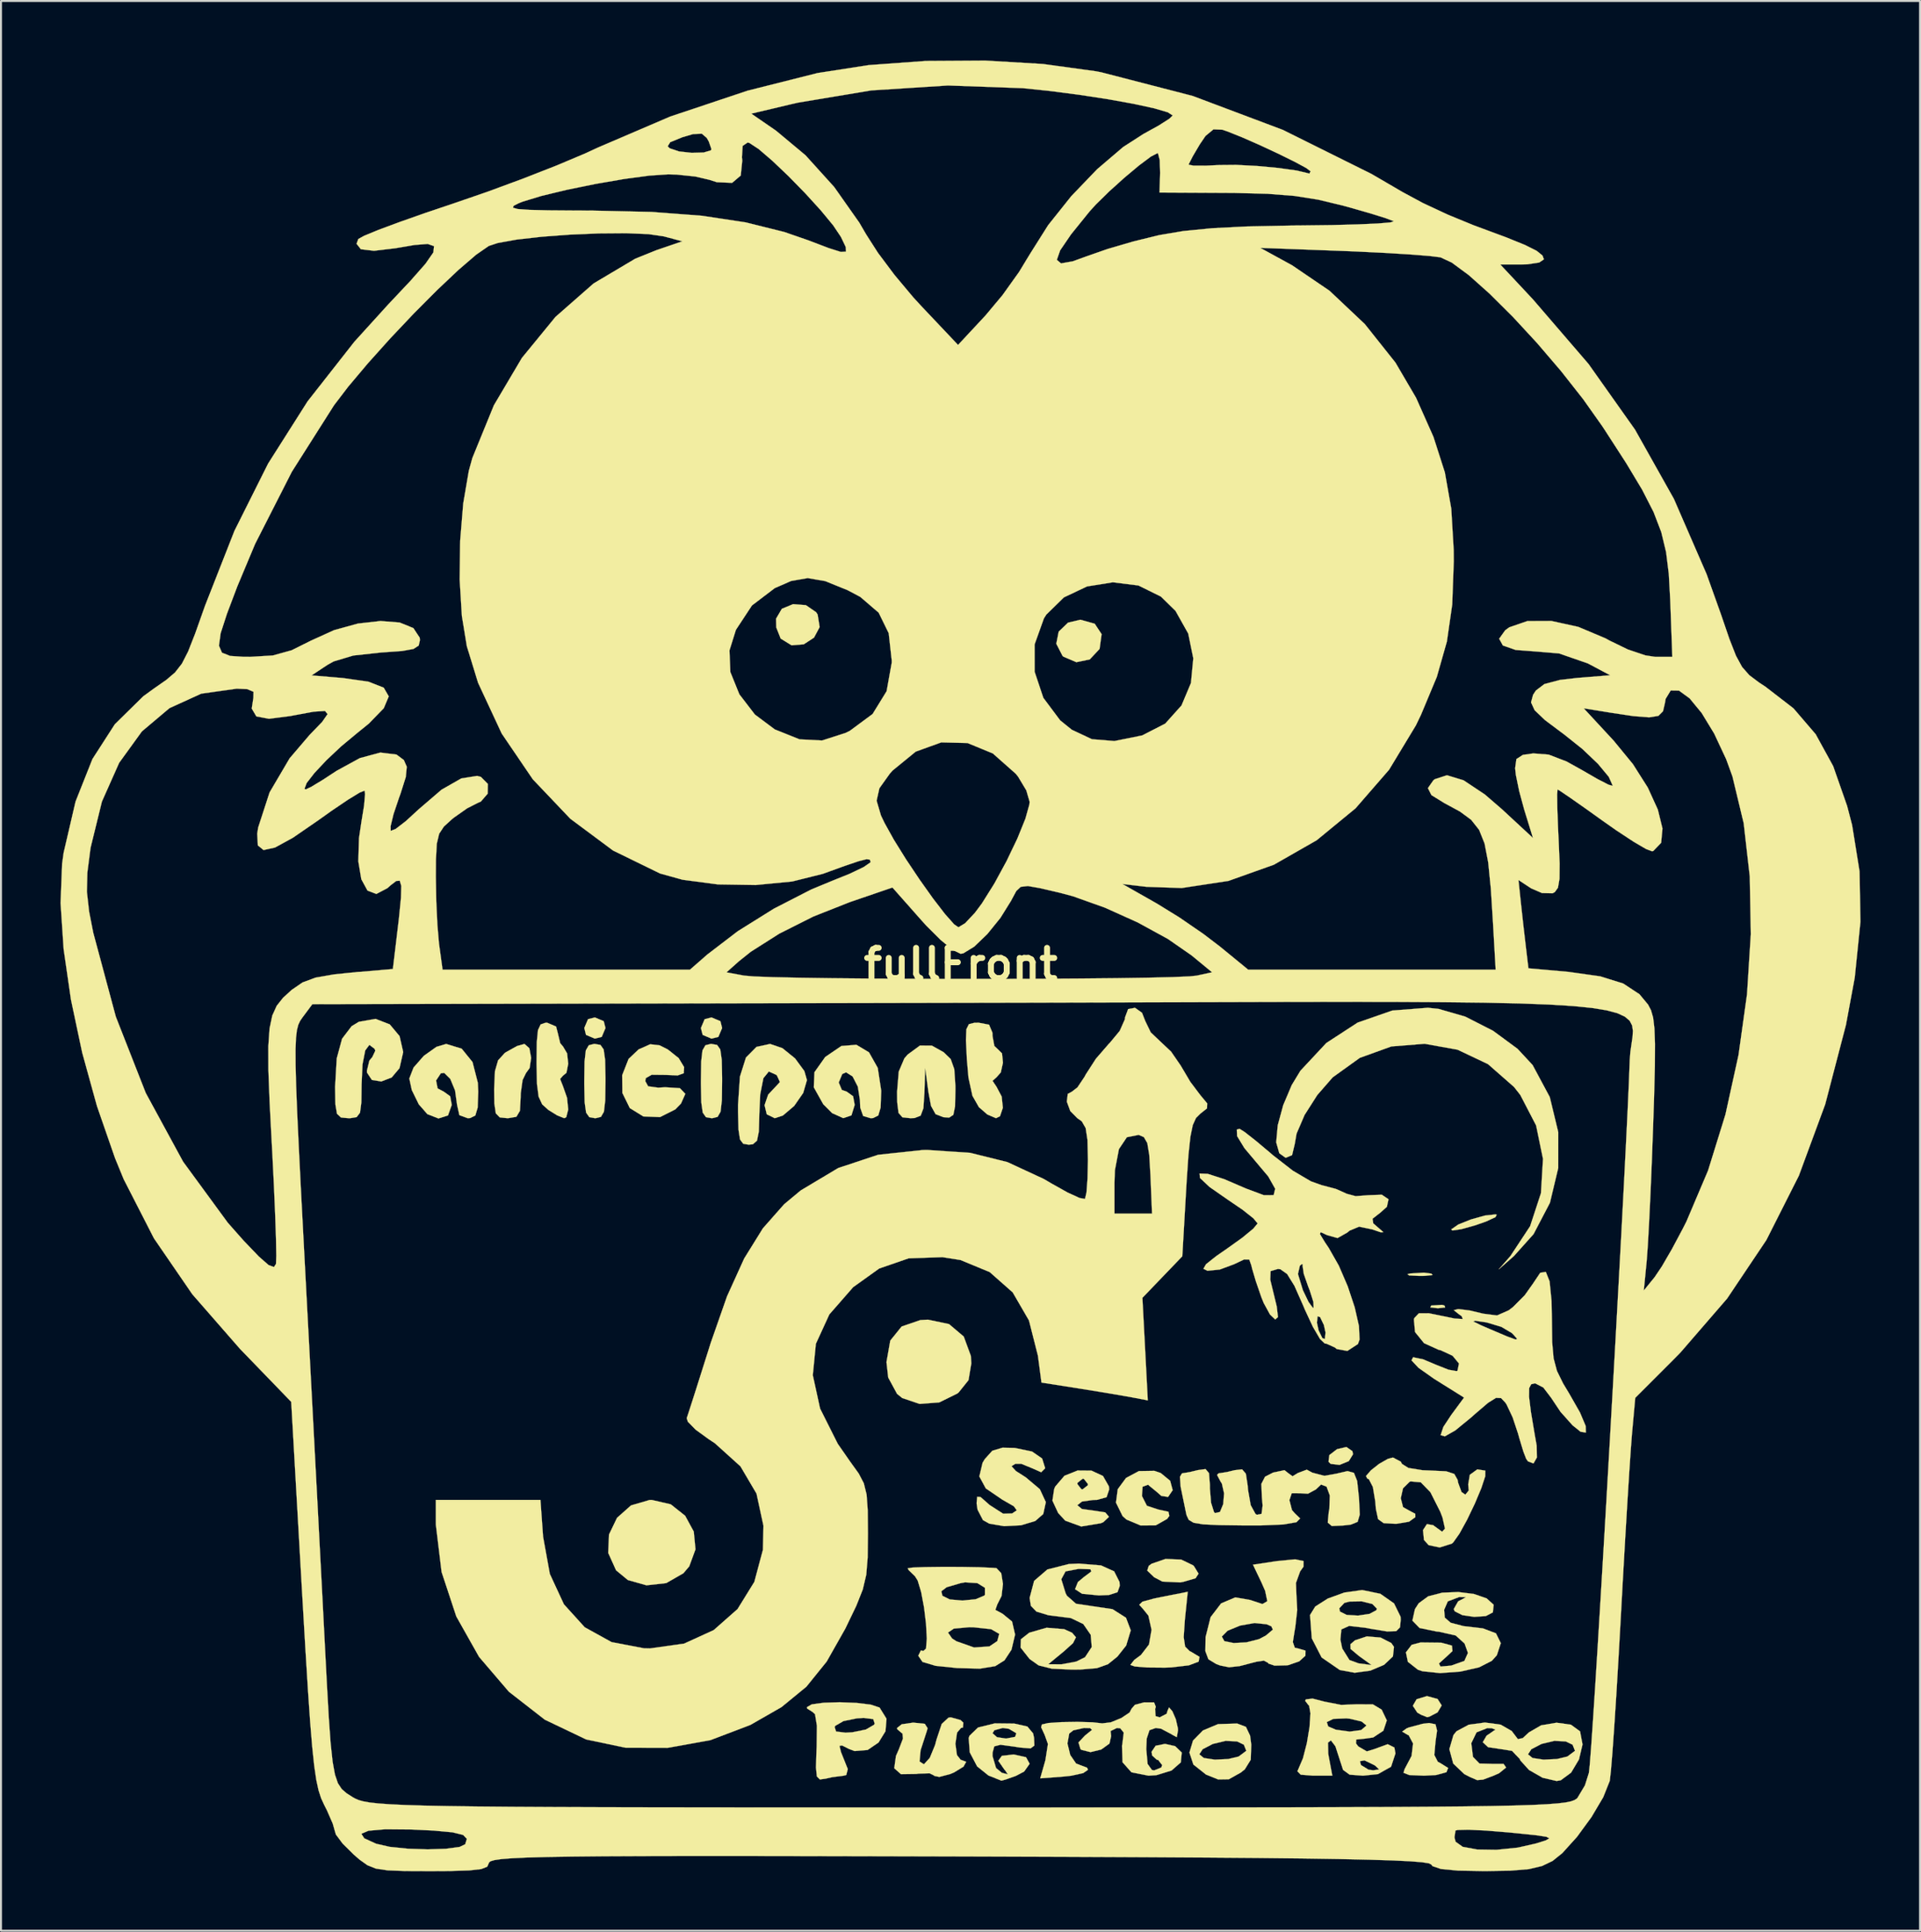
<source format=kicad_pcb>
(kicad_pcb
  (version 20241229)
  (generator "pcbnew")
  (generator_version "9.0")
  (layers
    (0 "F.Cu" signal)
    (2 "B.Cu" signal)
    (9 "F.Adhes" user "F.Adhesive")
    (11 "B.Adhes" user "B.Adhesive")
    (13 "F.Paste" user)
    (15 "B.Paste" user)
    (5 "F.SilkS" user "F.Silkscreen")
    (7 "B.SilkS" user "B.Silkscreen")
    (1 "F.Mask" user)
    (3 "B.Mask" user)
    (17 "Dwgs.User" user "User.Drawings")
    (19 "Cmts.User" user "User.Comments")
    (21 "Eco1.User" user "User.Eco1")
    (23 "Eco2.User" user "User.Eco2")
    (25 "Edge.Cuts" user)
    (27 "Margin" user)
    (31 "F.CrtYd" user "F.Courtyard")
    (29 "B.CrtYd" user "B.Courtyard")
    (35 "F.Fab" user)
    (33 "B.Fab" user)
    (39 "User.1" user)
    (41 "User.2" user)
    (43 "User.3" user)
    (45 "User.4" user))
  (footprint "fullFront"
    (layer "F.Cu")
    (at 45.398 45.578)
    (property "Reference" "fullFront" (at 0 0 0) (layer "F.SilkS") (effects (font (size 1.524 1.524) (thickness 0.3))))
    (attr through_hole)
    (fp_poly (pts (xy 24.397 17.202) (xy 24.431 17.299) (xy 24.063 17.337) (xy 23.684 17.295) (xy 23.729 17.202) (xy 24.276 17.167) (xy 24.397 17.202)) (stroke (width 0.01) (type solid)) (fill yes) (layer "F.SilkS"))
    (fp_poly (pts (xy -18.002 2.863) (xy -17.914 3.208) (xy -18.103 3.655) (xy -18.448 3.743) (xy -18.895 3.554) (xy -18.983 3.208) (xy -18.794 2.762) (xy -18.448 2.674) (xy -18.002 2.863)) (stroke (width 0.01) (type solid)) (fill yes) (layer "F.SilkS"))
    (fp_poly (pts (xy -12.119 2.863) (xy -12.032 3.208) (xy -12.221 3.655) (xy -12.566 3.743) (xy -13.013 3.554) (xy -13.101 3.208) (xy -12.912 2.762) (xy -12.566 2.674) (xy -12.119 2.863)) (stroke (width 0.01) (type solid)) (fill yes) (layer "F.SilkS"))
    (fp_poly (pts (xy 23.732 15.591) (xy 23.795 15.663) (xy 23.411 15.704) (xy 23.127 15.707) (xy 22.61 15.681) (xy 22.531 15.621) (xy 22.663 15.586) (xy 23.359 15.543) (xy 23.732 15.591)) (stroke (width 0.01) (type solid)) (fill yes) (layer "F.SilkS"))
    (fp_poly (pts (xy 19.753 24.543) (xy 19.785 24.7) (xy 19.57 25.047) (xy 19.104 25.236) (xy 18.659 25.184) (xy 18.548 25.078) (xy 18.591 24.742) (xy 18.976 24.445) (xy 19.451 24.335) (xy 19.753 24.543)) (stroke (width 0.01) (type solid)) (fill yes) (layer "F.SilkS"))
    (fp_poly (pts (xy 27.031 12.62) (xy 26.967 12.743) (xy 26.499 12.962) (xy 25.958 13.152) (xy 25.236 13.353) (xy 24.8 13.417) (xy 24.735 13.364) (xy 25.09 13.118) (xy 25.738 12.859) (xy 26.441 12.663) (xy 26.964 12.606) (xy 27.031 12.62)) (stroke (width 0.01) (type solid)) (fill yes) (layer "F.SilkS"))
    (fp_poly (pts (xy 6.758 -17.178) (xy 7.106 -16.652) (xy 7.005 -15.919) (xy 6.997 -15.901) (xy 6.509 -15.379) (xy 5.831 -15.238) (xy 5.18 -15.517) (xy 5.133 -15.561) (xy 4.821 -16.169) (xy 4.941 -16.779) (xy 5.414 -17.233) (xy 6.037 -17.379) (xy 6.758 -17.178)) (stroke (width 0.01) (type solid)) (fill yes) (layer "F.SilkS"))
    (fp_poly (pts (xy 24.049 37.041) (xy 24.256 37.366) (xy 24.05 37.712) (xy 24.031 37.725) (xy 23.634 37.931) (xy 23.528 37.958) (xy 23.214 37.834) (xy 23.026 37.725) (xy 22.801 37.382) (xy 22.992 37.053) (xy 23.5 36.897) (xy 23.528 36.897) (xy 24.049 37.041)) (stroke (width 0.01) (type solid)) (fill yes) (layer "F.SilkS"))
    (fp_poly (pts (xy -7.808 -18.114) (xy -7.291 -17.758) (xy -7.215 -17.64) (xy -7.113 -17.011) (xy -7.397 -16.478) (xy -7.917 -16.139) (xy -8.527 -16.089) (xy -9.076 -16.426) (xy -9.078 -16.428) (xy -9.301 -16.991) (xy -9.312 -17.431) (xy -9.019 -17.931) (xy -8.451 -18.165) (xy -7.808 -18.114)) (stroke (width 0.01) (type solid)) (fill yes) (layer "F.SilkS"))
    (fp_poly (pts (xy 11.116 30.01) (xy 11.72 30.3) (xy 11.77 30.353) (xy 11.994 30.721) (xy 11.845 30.951) (xy 11.251 31.127) (xy 11.076 31.162) (xy 10.173 31.12) (xy 9.759 30.903) (xy 9.407 30.566) (xy 9.482 30.329) (xy 9.625 30.222) (xy 10.33 29.979) (xy 11.116 30.01)) (stroke (width 0.01) (type solid)) (fill yes) (layer "F.SilkS"))
    (fp_poly (pts (xy -14.622 27.225) (xy -13.897 27.8) (xy -13.462 28.599) (xy -13.375 29.494) (xy -13.69 30.353) (xy -13.987 30.701) (xy -14.851 31.197) (xy -15.846 31.308) (xy -16.785 31.042) (xy -17.38 30.551) (xy -17.775 29.675) (xy -17.736 28.748) (xy -17.331 27.905) (xy -16.627 27.28) (xy -15.693 27.007) (xy -15.582 27.004) (xy -14.622 27.225)) (stroke (width 0.01) (type solid)) (fill yes) (layer "F.SilkS"))
    (fp_poly (pts (xy -0.588 18.137) (xy 0.153 18.765) (xy 0.511 19.738) (xy 0.535 20.117) (xy 0.394 20.963) (xy -0.106 21.586) (xy -0.17 21.637) (xy -1.08 22.085) (xy -2.07 22.162) (xy -2.947 21.866) (xy -3.208 21.657) (xy -3.655 20.832) (xy -3.743 20.053) (xy -3.551 18.968) (xy -2.979 18.259) (xy -2.036 17.935) (xy -1.651 17.914) (xy -0.588 18.137)) (stroke (width 0.01) (type solid)) (fill yes) (layer "F.SilkS"))
    (fp_poly (pts (xy -18.167 4.061) (xy -18.006 4.289) (xy -17.933 4.808) (xy -17.914 5.733) (xy -17.914 5.882) (xy -17.928 6.866) (xy -17.993 7.429) (xy -18.142 7.687) (xy -18.406 7.753) (xy -18.448 7.754) (xy -18.729 7.703) (xy -18.89 7.475) (xy -18.964 6.956) (xy -18.983 6.031) (xy -18.983 5.882) (xy -18.969 4.899) (xy -18.904 4.335) (xy -18.755 4.077) (xy -18.491 4.011) (xy -18.448 4.011) (xy -18.167 4.061)) (stroke (width 0.01) (type solid)) (fill yes) (layer "F.SilkS"))
    (fp_poly (pts (xy -12.285 4.061) (xy -12.124 4.289) (xy -12.051 4.808) (xy -12.032 5.733) (xy -12.032 5.882) (xy -12.046 6.866) (xy -12.111 7.429) (xy -12.259 7.687) (xy -12.524 7.753) (xy -12.566 7.754) (xy -12.847 7.703) (xy -13.008 7.475) (xy -13.082 6.956) (xy -13.101 6.031) (xy -13.101 5.882) (xy -13.087 4.899) (xy -13.022 4.335) (xy -12.873 4.077) (xy -12.609 4.011) (xy -12.566 4.011) (xy -12.285 4.061)) (stroke (width 0.01) (type solid)) (fill yes) (layer "F.SilkS"))
    (fp_poly (pts (xy -21.753 4.227) (xy -21.663 4.714) (xy -21.739 5.224) (xy -21.924 5.481) (xy -22.095 5.832) (xy -22.187 6.497) (xy -22.192 6.7) (xy -22.229 7.383) (xy -22.407 7.683) (xy -22.819 7.754) (xy -22.86 7.754) (xy -23.244 7.715) (xy -23.444 7.511) (xy -23.518 7.011) (xy -23.528 6.298) (xy -23.488 5.388) (xy -23.329 4.837) (xy -22.998 4.473) (xy -22.934 4.427) (xy -22.368 4.113) (xy -21.998 4.011) (xy -21.753 4.227)) (stroke (width 0.01) (type solid)) (fill yes) (layer "F.SilkS"))
    (fp_poly (pts (xy 23.944 38.316) (xy 24.023 38.635) (xy 23.946 39.173) (xy 23.884 39.864) (xy 24.06 40.206) (xy 24.184 40.271) (xy 24.581 40.519) (xy 24.494 40.733) (xy 23.974 40.874) (xy 23.362 40.907) (xy 22.618 40.875) (xy 22.33 40.759) (xy 22.388 40.573) (xy 22.738 39.91) (xy 22.812 39.283) (xy 22.595 38.875) (xy 22.525 38.839) (xy 22.264 38.685) (xy 22.484 38.525) (xy 22.612 38.473) (xy 23.3 38.29) (xy 23.625 38.252) (xy 23.944 38.316)) (stroke (width 0.01) (type solid)) (fill yes) (layer "F.SilkS"))
    (fp_poly (pts (xy 10.086 25.646) (xy 10.563 26.038) (xy 10.69 26.511) (xy 10.458 26.852) (xy 10.117 26.799) (xy 9.89 26.6) (xy 9.446 26.236) (xy 9.171 26.336) (xy 9.139 26.804) (xy 9.389 27.297) (xy 9.976 27.491) (xy 10.475 27.599) (xy 10.521 27.806) (xy 10.411 27.959) (xy 9.834 28.285) (xy 9.073 28.291) (xy 8.361 27.993) (xy 8.164 27.817) (xy 7.83 27.139) (xy 7.92 26.462) (xy 8.338 25.895) (xy 8.986 25.549) (xy 9.764 25.536) (xy 10.086 25.646)) (stroke (width 0.01) (type solid)) (fill yes) (layer "F.SilkS"))
    (fp_poly (pts (xy 11.303 33.057) (xy 11.245 33.923) (xy 11.318 34.401) (xy 11.546 34.627) (xy 11.594 34.647) (xy 12.042 34.915) (xy 11.999 35.156) (xy 11.51 35.342) (xy 10.62 35.447) (xy 10.292 35.459) (xy 9.407 35.451) (xy 8.782 35.401) (xy 8.556 35.322) (xy 8.755 35.067) (xy 9.091 34.82) (xy 9.496 34.293) (xy 9.625 33.551) (xy 9.466 32.837) (xy 9.187 32.491) (xy 9.003 32.289) (xy 9.167 32.133) (xy 9.753 31.974) (xy 10.099 31.903) (xy 11.449 31.636) (xy 11.303 33.057)) (stroke (width 0.01) (type solid)) (fill yes) (layer "F.SilkS"))
    (fp_poly (pts (xy -15.185 4.081) (xy -14.774 4.287) (xy -14.224 4.724) (xy -13.948 5.18) (xy -13.967 5.488) (xy -14.272 5.598) (xy -14.882 5.572) (xy -15.584 5.565) (xy -15.88 5.734) (xy -15.908 5.882) (xy -15.762 6.147) (xy -15.253 6.216) (xy -14.906 6.195) (xy -14.161 6.242) (xy -13.888 6.527) (xy -14.104 7.013) (xy -14.392 7.311) (xy -15.162 7.698) (xy -16.005 7.666) (xy -16.687 7.245) (xy -17.061 6.483) (xy -17.071 5.587) (xy -16.749 4.767) (xy -16.243 4.286) (xy -15.66 4.027) (xy -15.185 4.081)) (stroke (width 0.01) (type solid)) (fill yes) (layer "F.SilkS"))
    (fp_poly (pts (xy 1.43 3.041) (xy 1.599 3.441) (xy 1.604 3.609) (xy 1.696 4.112) (xy 1.872 4.278) (xy 2.084 4.489) (xy 2.13 4.96) (xy 2.022 5.446) (xy 1.805 5.693) (xy 1.605 5.871) (xy 1.805 6.17) (xy 2.067 6.664) (xy 2.125 7.231) (xy 1.982 7.655) (xy 1.779 7.754) (xy 1.347 7.57) (xy 0.918 7.199) (xy 0.592 6.625) (xy 0.392 5.708) (xy 0.312 4.793) (xy 0.265 3.823) (xy 0.286 3.269) (xy 0.413 3.015) (xy 0.684 2.945) (xy 0.906 2.941) (xy 1.43 3.041)) (stroke (width 0.01) (type solid)) (fill yes) (layer "F.SilkS"))
    (fp_poly (pts (xy -20.406 3.132) (xy -20.32 3.46) (xy -20.197 3.972) (xy -20.053 4.144) (xy -19.849 4.488) (xy -19.793 5.01) (xy -19.882 5.465) (xy -20.062 5.615) (xy -20.202 5.778) (xy -20.062 6.132) (xy -19.853 6.725) (xy -19.793 7.317) (xy -19.891 7.702) (xy -19.993 7.754) (xy -20.347 7.614) (xy -20.795 7.337) (xy -21.105 7.058) (xy -21.285 6.669) (xy -21.368 6.032) (xy -21.389 5.008) (xy -21.389 4.931) (xy -21.377 3.911) (xy -21.318 3.313) (xy -21.184 3.028) (xy -20.945 2.944) (xy -20.855 2.941) (xy -20.406 3.132)) (stroke (width 0.01) (type solid)) (fill yes) (layer "F.SilkS"))
    (fp_poly (pts (xy -1.455 4.096) (xy -0.862 4.427) (xy -0.504 4.775) (xy -0.324 5.282) (xy -0.268 6.12) (xy -0.267 6.317) (xy -0.285 7.157) (xy -0.371 7.585) (xy -0.58 7.723) (xy -0.869 7.705) (xy -1.266 7.551) (xy -1.496 7.136) (xy -1.631 6.417) (xy -1.791 5.214) (xy -1.831 6.484) (xy -1.882 7.253) (xy -2.021 7.627) (xy -2.327 7.746) (xy -2.54 7.754) (xy -2.937 7.71) (xy -3.135 7.489) (xy -3.202 6.953) (xy -3.208 6.417) (xy -3.124 5.406) (xy -2.841 4.74) (xy -2.674 4.545) (xy -2.055 4.091) (xy -1.455 4.096)) (stroke (width 0.01) (type solid)) (fill yes) (layer "F.SilkS"))
    (fp_poly (pts (xy -25.166 4.249) (xy -24.619 4.924) (xy -24.351 5.971) (xy -24.331 6.417) (xy -24.359 7.219) (xy -24.478 7.619) (xy -24.742 7.748) (xy -24.865 7.754) (xy -25.281 7.602) (xy -25.4 7.07) (xy -25.4 7.068) (xy -25.498 6.358) (xy -25.74 5.774) (xy -26.043 5.473) (xy -26.216 5.489) (xy -26.457 5.853) (xy -26.38 6.251) (xy -26.068 6.417) (xy -25.746 6.649) (xy -25.667 7.085) (xy -25.856 7.615) (xy -26.337 7.768) (xy -26.897 7.549) (xy -27.328 7.056) (xy -27.681 6.336) (xy -27.806 5.754) (xy -27.592 5.201) (xy -27.074 4.61) (xy -26.438 4.157) (xy -25.947 4.011) (xy -25.166 4.249)) (stroke (width 0.01) (type solid)) (fill yes) (layer "F.SilkS"))
    (fp_poly (pts (xy -4.625 4.435) (xy -4.184 5.218) (xy -4.011 6.356) (xy -4.011 6.417) (xy -4.039 7.219) (xy -4.158 7.619) (xy -4.422 7.748) (xy -4.545 7.754) (xy -4.919 7.644) (xy -5.066 7.222) (xy -5.08 6.851) (xy -5.188 6.163) (xy -5.452 5.649) (xy -5.779 5.442) (xy -5.974 5.528) (xy -6.152 5.955) (xy -5.995 6.328) (xy -5.748 6.417) (xy -5.426 6.649) (xy -5.347 7.085) (xy -5.51 7.613) (xy -5.925 7.751) (xy -6.481 7.5) (xy -6.932 7.049) (xy -7.407 6.199) (xy -7.375 5.436) (xy -6.831 4.667) (xy -6.83 4.667) (xy -6.02 4.115) (xy -5.261 4.053) (xy -4.625 4.435)) (stroke (width 0.01) (type solid)) (fill yes) (layer "F.SilkS"))
    (fp_poly (pts (xy 13.943 38.278) (xy 14.384 38.446) (xy 14.594 38.891) (xy 14.653 39.345) (xy 14.626 40.104) (xy 14.325 40.591) (xy 14.126 40.748) (xy 13.519 41.089) (xy 12.982 41.097) (xy 12.372 40.851) (xy 11.734 40.346) (xy 11.565 39.831) (xy 12.032 39.831) (xy 12.261 40.016) (xy 12.816 40.099) (xy 13.492 40.068) (xy 14.015 39.943) (xy 14.403 39.653) (xy 14.279 39.344) (xy 13.938 39.181) (xy 13.365 39.151) (xy 12.713 39.306) (xy 12.199 39.574) (xy 12.032 39.831) (xy 11.565 39.831) (xy 11.535 39.743) (xy 11.716 39.137) (xy 12.216 38.627) (xy 12.977 38.308) (xy 13.94 38.278) (xy 13.943 38.278)) (stroke (width 0.01) (type solid)) (fill yes) (layer "F.SilkS"))
    (fp_poly (pts (xy -28.794 3.024) (xy -28.297 3.618) (xy -28.115 4.42) (xy -28.301 5.233) (xy -28.696 5.701) (xy -29.219 5.903) (xy -29.693 5.827) (xy -29.939 5.458) (xy -29.945 5.363) (xy -29.82 4.85) (xy -29.674 4.676) (xy -29.521 4.353) (xy -29.558 4.255) (xy -29.821 4.057) (xy -30.03 4.338) (xy -30.168 5.044) (xy -30.213 6.032) (xy -30.225 6.961) (xy -30.292 7.476) (xy -30.462 7.7) (xy -30.781 7.753) (xy -30.881 7.754) (xy -31.253 7.719) (xy -31.453 7.532) (xy -31.534 7.065) (xy -31.549 6.192) (xy -31.549 6.167) (xy -31.466 4.74) (xy -31.197 3.748) (xy -30.716 3.116) (xy -30.352 2.895) (xy -29.511 2.747) (xy -28.794 3.024)) (stroke (width 0.01) (type solid)) (fill yes) (layer "F.SilkS"))
    (fp_poly (pts (xy -8.992 4.223) (xy -8.354 4.74) (xy -7.884 5.379) (xy -7.754 5.834) (xy -7.942 6.48) (xy -8.399 7.138) (xy -8.968 7.62) (xy -9.377 7.754) (xy -9.779 7.559) (xy -9.892 7.099) (xy -9.709 6.565) (xy -9.425 6.264) (xy -9.117 5.932) (xy -9.264 5.608) (xy -9.302 5.568) (xy -9.677 5.4) (xy -9.95 5.737) (xy -10.112 6.557) (xy -10.156 7.553) (xy -10.18 8.426) (xy -10.274 8.89) (xy -10.482 9.069) (xy -10.695 9.091) (xy -10.968 9.043) (xy -11.129 8.827) (xy -11.206 8.332) (xy -11.229 7.446) (xy -11.229 7.085) (xy -11.133 5.658) (xy -10.829 4.695) (xy -10.298 4.159) (xy -9.613 4.011) (xy -8.992 4.223)) (stroke (width 0.01) (type solid)) (fill yes) (layer "F.SilkS"))
    (fp_poly (pts (xy 6.594 25.526) (xy 7.174 25.795) (xy 7.474 26.32) (xy 7.486 26.479) (xy 7.356 26.865) (xy 6.876 26.999) (xy 6.684 27.004) (xy 6.121 27.082) (xy 5.882 27.268) (xy 5.882 27.272) (xy 6.114 27.459) (xy 6.674 27.539) (xy 6.684 27.539) (xy 7.29 27.632) (xy 7.477 27.855) (xy 7.194 28.122) (xy 7.063 28.179) (xy 6.078 28.343) (xy 5.272 28.047) (xy 4.915 27.662) (xy 4.626 27.037) (xy 4.714 26.453) (xy 4.766 26.332) (xy 4.876 26.202) (xy 5.882 26.202) (xy 6.086 26.462) (xy 6.149 26.469) (xy 6.409 26.266) (xy 6.417 26.202) (xy 6.213 25.943) (xy 6.149 25.935) (xy 5.89 26.138) (xy 5.882 26.202) (xy 4.876 26.202) (xy 5.231 25.786) (xy 5.894 25.52) (xy 6.594 25.526)) (stroke (width 0.01) (type solid)) (fill yes) (layer "F.SilkS"))
    (fp_poly (pts (xy 2.729 24.383) (xy 3.596 24.562) (xy 4.101 24.91) (xy 4.108 24.919) (xy 4.26 25.405) (xy 4.059 25.607) (xy 3.629 25.416) (xy 3.056 25.18) (xy 2.757 25.18) (xy 2.562 25.301) (xy 2.784 25.546) (xy 3.279 25.862) (xy 3.99 26.461) (xy 4.293 27.114) (xy 4.163 27.713) (xy 3.761 28.064) (xy 3.042 28.282) (xy 2.19 28.326) (xy 1.445 28.2) (xy 1.123 28.02) (xy 0.849 27.493) (xy 0.802 27.171) (xy 0.832 26.844) (xy 1.002 26.858) (xy 1.428 27.232) (xy 1.457 27.259) (xy 2.141 27.698) (xy 2.593 27.685) (xy 2.827 27.528) (xy 2.681 27.323) (xy 2.105 26.993) (xy 1.266 26.422) (xy 0.94 25.819) (xy 1.103 25.131) (xy 1.213 24.947) (xy 1.594 24.523) (xy 2.114 24.369) (xy 2.729 24.383)) (stroke (width 0.01) (type solid)) (fill yes) (layer "F.SilkS"))
    (fp_poly (pts (xy 24.099 2.244) (xy 25.447 2.634) (xy 26.842 3.345) (xy 28.079 4.254) (xy 28.841 5.075) (xy 29.707 6.69) (xy 30.134 8.457) (xy 30.133 10.269) (xy 29.715 12.019) (xy 28.89 13.598) (xy 27.899 14.705) (xy 27.138 15.374) (xy 27.723 14.705) (xy 28.715 13.202) (xy 29.263 11.533) (xy 29.365 9.805) (xy 29.018 8.12) (xy 28.221 6.584) (xy 27.904 6.18) (xy 26.592 5.029) (xy 25.056 4.301) (xy 23.397 4.002) (xy 21.72 4.136) (xy 20.128 4.711) (xy 18.759 5.695) (xy 17.983 6.586) (xy 17.343 7.589) (xy 16.937 8.532) (xy 16.844 9.064) (xy 16.711 9.617) (xy 16.387 9.753) (xy 16.068 9.523) (xy 15.911 8.972) (xy 15.989 8.113) (xy 16.264 7.099) (xy 16.696 6.081) (xy 17.132 5.362) (xy 18.439 3.962) (xy 20.017 2.935) (xy 21.76 2.328) (xy 23.561 2.187) (xy 24.099 2.244)) (stroke (width 0.01) (type solid)) (fill yes) (layer "F.SilkS"))
    (fp_poly (pts (xy -0.009 38.102) (xy 0.134 38.234) (xy 0.112 38.48) (xy 0.016 38.501) (xy -0.183 38.733) (xy -0.267 39.293) (xy -0.267 39.303) (xy -0.19 39.866) (xy -0.003 40.105) (xy 0 40.105) (xy 0.276 40.207) (xy 0.141 40.451) (xy -0.333 40.742) (xy -0.535 40.826) (xy -1.079 40.97) (xy -1.334 40.918) (xy -1.337 40.901) (xy -1.567 40.787) (xy -2.131 40.804) (xy -2.239 40.82) (xy -3.012 40.831) (xy -3.351 40.533) (xy -3.265 39.912) (xy -3.113 39.567) (xy -2.911 39.035) (xy -2.936 38.774) (xy -2.962 38.768) (xy -3.201 38.564) (xy -3.208 38.501) (xy -2.975 38.316) (xy -2.411 38.234) (xy -2.378 38.234) (xy -1.811 38.293) (xy -1.67 38.512) (xy -1.71 38.66) (xy -2.023 39.624) (xy -2.075 40.191) (xy -1.864 40.329) (xy -1.842 40.322) (xy -1.558 40.007) (xy -1.292 39.361) (xy -1.219 39.084) (xy -0.958 38.3) (xy -0.616 37.982) (xy -0.499 37.966) (xy -0.009 38.102)) (stroke (width 0.01) (type solid)) (fill yes) (layer "F.SilkS"))
    (fp_poly (pts (xy 2.704 38.281) (xy 3.361 38.428) (xy 3.65 38.774) (xy 3.698 38.996) (xy 3.715 39.387) (xy 3.525 39.531) (xy 2.993 39.489) (xy 2.696 39.441) (xy 2.006 39.348) (xy 1.692 39.428) (xy 1.607 39.745) (xy 1.604 39.919) (xy 1.782 40.519) (xy 2.072 40.761) (xy 2.377 40.839) (xy 2.239 40.636) (xy 2.206 40.602) (xy 1.897 40.156) (xy 2.075 39.908) (xy 2.674 39.838) (xy 3.295 39.977) (xy 3.476 40.307) (xy 3.201 40.697) (xy 2.79 40.914) (xy 2.273 41.099) (xy 2.055 41.158) (xy 1.801 41.058) (xy 1.4 40.898) (xy 0.828 40.438) (xy 0.457 39.73) (xy 0.404 39.015) (xy 0.438 38.902) (xy 0.576 38.768) (xy 1.604 38.768) (xy 1.833 38.968) (xy 2.288 39.036) (xy 2.743 38.951) (xy 2.807 38.768) (xy 2.43 38.544) (xy 2.123 38.501) (xy 1.697 38.616) (xy 1.604 38.768) (xy 0.576 38.768) (xy 0.874 38.479) (xy 1.719 38.27) (xy 2.704 38.281)) (stroke (width 0.01) (type solid)) (fill yes) (layer "F.SilkS"))
    (fp_poly (pts (xy -5.254 37.238) (xy -4.532 37.326) (xy -4.1 37.469) (xy -4.088 37.478) (xy -3.742 38.036) (xy -3.793 38.666) (xy -4.144 39.235) (xy -4.695 39.612) (xy -5.35 39.666) (xy -5.637 39.558) (xy -5.982 39.383) (xy -6.114 39.404) (xy -6.037 39.718) (xy -5.757 40.419) (xy -5.694 40.573) (xy -5.771 40.873) (xy -5.92 40.911) (xy -6.477 40.982) (xy -6.818 41.059) (xy -7.102 41.098) (xy -7.253 40.946) (xy -7.299 40.496) (xy -7.272 39.639) (xy -7.263 39.451) (xy -7.252 38.452) (xy -6.358 38.452) (xy -6.285 38.68) (xy -5.805 38.739) (xy -5.463 38.719) (xy -4.781 38.58) (xy -4.371 38.342) (xy -4.337 38.283) (xy -4.41 38.054) (xy -4.89 37.995) (xy -5.232 38.015) (xy -5.914 38.155) (xy -6.324 38.392) (xy -6.358 38.452) (xy -7.252 38.452) (xy -7.251 38.392) (xy -7.346 37.809) (xy -7.464 37.699) (xy -7.741 37.524) (xy -7.754 37.453) (xy -7.515 37.312) (xy -6.91 37.23) (xy -6.101 37.205) (xy -5.254 37.238)) (stroke (width 0.01) (type solid)) (fill yes) (layer "F.SilkS"))
    (fp_poly (pts (xy 21.16 31.735) (xy 21.851 32.218) (xy 22.181 32.889) (xy 22.192 33.035) (xy 22.153 33.428) (xy 21.962 33.619) (xy 21.504 33.634) (xy 20.664 33.498) (xy 20.401 33.448) (xy 19.589 33.356) (xy 19.196 33.532) (xy 19.148 34.045) (xy 19.239 34.491) (xy 19.605 35.077) (xy 20.064 35.244) (xy 20.721 35.329) (xy 20.081 34.868) (xy 19.662 34.518) (xy 19.656 34.28) (xy 19.881 34.084) (xy 20.48 33.884) (xy 21.174 33.942) (xy 21.716 34.22) (xy 21.849 34.413) (xy 21.796 34.896) (xy 21.351 35.316) (xy 20.66 35.61) (xy 19.867 35.717) (xy 19.117 35.578) (xy 18.202 34.947) (xy 17.706 33.985) (xy 17.616 32.806) (xy 17.825 32.468) (xy 19.091 32.468) (xy 19.125 32.632) (xy 19.467 32.802) (xy 20.04 32.835) (xy 20.615 32.749) (xy 20.963 32.563) (xy 20.988 32.485) (xy 20.76 32.25) (xy 20.226 32.117) (xy 19.609 32.127) (xy 19.348 32.195) (xy 19.091 32.468) (xy 17.825 32.468) (xy 17.881 32.378) (xy 18.514 31.975) (xy 19.351 31.672) (xy 20.23 31.55) (xy 20.252 31.549) (xy 21.16 31.735)) (stroke (width 0.01) (type solid)) (fill yes) (layer "F.SilkS"))
    (fp_poly (pts (xy 25.885 31.747) (xy 26.521 31.966) (xy 26.876 32.287) (xy 26.837 32.673) (xy 26.483 32.859) (xy 25.896 32.899) (xy 25.298 32.812) (xy 24.911 32.617) (xy 24.865 32.505) (xy 25.086 32.117) (xy 25.333 31.988) (xy 25.479 31.904) (xy 25.134 31.901) (xy 25.133 31.901) (xy 24.564 32.117) (xy 24.38 32.543) (xy 24.412 32.936) (xy 24.706 33.195) (xy 25.356 33.366) (xy 26.336 33.481) (xy 26.992 33.728) (xy 27.238 34.224) (xy 27.037 34.834) (xy 26.785 35.115) (xy 26.144 35.443) (xy 25.198 35.659) (xy 24.173 35.734) (xy 23.292 35.643) (xy 23.061 35.567) (xy 22.552 35.166) (xy 22.452 34.689) (xy 22.742 34.31) (xy 23.194 34.191) (xy 24.235 34.203) (xy 24.772 34.348) (xy 24.8 34.622) (xy 24.531 34.876) (xy 24.118 35.249) (xy 24.194 35.406) (xy 24.736 35.357) (xy 25.4 35.121) (xy 25.58 34.718) (xy 25.411 34.244) (xy 24.964 33.839) (xy 24.117 33.647) (xy 23.997 33.637) (xy 23.141 33.461) (xy 22.78 33.089) (xy 22.907 32.51) (xy 23.098 32.213) (xy 23.576 31.864) (xy 24.285 31.68) (xy 25.097 31.647) (xy 25.885 31.747)) (stroke (width 0.01) (type solid)) (fill yes) (layer "F.SilkS"))
    (fp_poly (pts (xy 17.289 30.084) (xy 17.287 30.366) (xy 17.116 30.608) (xy 16.907 31.188) (xy 16.928 31.767) (xy 16.97 32.55) (xy 16.87 33.439) (xy 16.856 33.504) (xy 16.749 34.17) (xy 16.848 34.454) (xy 17.006 34.491) (xy 17.388 34.602) (xy 17.383 34.859) (xy 17.07 35.142) (xy 16.525 35.332) (xy 16.443 35.343) (xy 15.828 35.358) (xy 15.517 35.252) (xy 15.507 35.221) (xy 15.293 35.106) (xy 14.906 35.162) (xy 14.07 35.381) (xy 13.532 35.44) (xy 13.083 35.35) (xy 12.885 35.276) (xy 12.491 35.037) (xy 12.338 34.626) (xy 12.35 33.919) (xy 12.357 33.893) (xy 13.167 33.893) (xy 13.296 34.124) (xy 13.768 34.22) (xy 14.409 34.185) (xy 15.047 34.022) (xy 15.389 33.841) (xy 15.743 33.542) (xy 15.665 33.375) (xy 15.426 33.272) (xy 14.821 33.209) (xy 14.09 33.339) (xy 13.46 33.598) (xy 13.167 33.893) (xy 12.357 33.893) (xy 12.603 32.912) (xy 13.134 32.219) (xy 13.85 31.917) (xy 14.598 32.048) (xy 15.217 32.253) (xy 15.462 32.109) (xy 15.353 31.586) (xy 15.172 31.173) (xy 14.74 30.268) (xy 15.95 30.087) (xy 16.856 29.997) (xy 17.289 30.084)) (stroke (width 0.01) (type solid)) (fill yes) (layer "F.SilkS"))
    (fp_poly (pts (xy 7.075 30.305) (xy 7.738 30.604) (xy 8.008 31.14) (xy 8.021 31.336) (xy 7.907 31.657) (xy 7.478 31.796) (xy 6.967 31.817) (xy 6.125 31.736) (xy 5.767 31.505) (xy 5.91 31.144) (xy 6.204 30.899) (xy 6.587 30.611) (xy 6.544 30.499) (xy 6.024 30.48) (xy 5.942 30.48) (xy 5.286 30.606) (xy 5.073 31.003) (xy 5.289 31.703) (xy 5.357 31.834) (xy 5.815 32.238) (xy 6.578 32.352) (xy 7.656 32.511) (xy 8.335 32.944) (xy 8.576 33.579) (xy 8.344 34.345) (xy 7.9 34.904) (xy 7.426 35.287) (xy 6.865 35.486) (xy 6.028 35.556) (xy 5.627 35.56) (xy 4.598 35.513) (xy 3.933 35.347) (xy 3.476 35.025) (xy 3.021 34.448) (xy 3.035 34.029) (xy 3.458 33.698) (xy 4.331 33.448) (xy 5.221 33.521) (xy 5.615 33.699) (xy 5.812 33.928) (xy 5.664 34.223) (xy 5.214 34.629) (xy 4.412 35.29) (xy 5.096 35.291) (xy 5.828 35.153) (xy 6.269 34.935) (xy 6.609 34.42) (xy 6.557 33.805) (xy 6.182 33.261) (xy 5.554 32.959) (xy 5.46 32.947) (xy 4.426 32.817) (xy 3.82 32.633) (xy 3.539 32.343) (xy 3.476 31.945) (xy 3.703 31.085) (xy 4.37 30.51) (xy 5.454 30.235) (xy 5.962 30.213) (xy 7.075 30.305)) (stroke (width 0.01) (type solid)) (fill yes) (layer "F.SilkS"))
    (fp_poly (pts (xy 22.193 25.072) (xy 22.254 25.187) (xy 22.576 25.39) (xy 23.294 25.506) (xy 23.68 25.521) (xy 24.48 25.559) (xy 24.891 25.693) (xy 25.058 25.989) (xy 25.084 26.135) (xy 25.257 26.605) (xy 25.45 26.737) (xy 25.62 26.526) (xy 25.594 26.219) (xy 25.675 25.736) (xy 26.052 25.463) (xy 26.457 25.526) (xy 26.453 25.807) (xy 26.254 26.409) (xy 25.927 27.188) (xy 25.537 28.001) (xy 25.152 28.701) (xy 24.839 29.144) (xy 24.767 29.206) (xy 24.158 29.399) (xy 23.6 29.284) (xy 23.363 29.022) (xy 23.314 28.523) (xy 23.511 28.222) (xy 23.836 28.279) (xy 23.879 28.318) (xy 24.278 28.605) (xy 24.423 28.45) (xy 24.297 27.889) (xy 24.188 27.606) (xy 23.687 26.613) (xy 23.201 26.114) (xy 22.69 26.07) (xy 22.64 26.087) (xy 22.305 26.418) (xy 22.193 26.918) (xy 22.307 27.366) (xy 22.615 27.539) (xy 22.924 27.702) (xy 22.927 27.873) (xy 22.611 28.099) (xy 21.988 28.206) (xy 21.902 28.207) (xy 21.327 28.173) (xy 21.049 27.971) (xy 20.937 27.451) (xy 20.906 27.071) (xy 20.786 26.35) (xy 20.583 25.957) (xy 20.505 25.926) (xy 20.438 25.799) (xy 20.684 25.513) (xy 21.099 25.185) (xy 21.541 24.933) (xy 21.798 24.865) (xy 22.193 25.072)) (stroke (width 0.01) (type solid)) (fill yes) (layer "F.SilkS"))
    (fp_poly (pts (xy 27.231 38.335) (xy 27.789 38.655) (xy 27.844 38.729) (xy 28.098 39.064) (xy 28.345 39.013) (xy 28.648 38.729) (xy 29.269 38.369) (xy 30.048 38.237) (xy 30.773 38.336) (xy 31.233 38.671) (xy 31.234 38.673) (xy 31.359 39.332) (xy 31.179 40.088) (xy 30.783 40.753) (xy 30.259 41.14) (xy 30.05 41.175) (xy 29.347 41.012) (xy 28.659 40.619) (xy 28.224 40.139) (xy 28.194 40.065) (xy 27.971 39.831) (xy 28.608 39.831) (xy 28.838 40.016) (xy 29.393 40.099) (xy 30.069 40.068) (xy 30.592 39.943) (xy 30.98 39.653) (xy 30.856 39.344) (xy 30.515 39.181) (xy 29.942 39.151) (xy 29.29 39.306) (xy 28.776 39.574) (xy 28.608 39.831) (xy 27.971 39.831) (xy 27.804 39.656) (xy 27.269 39.571) (xy 26.596 39.47) (xy 26.328 39.219) (xy 26.521 38.889) (xy 26.664 38.793) (xy 26.966 38.583) (xy 26.781 38.516) (xy 26.554 38.509) (xy 26.013 38.722) (xy 25.749 39.268) (xy 25.833 39.959) (xy 26.162 40.295) (xy 26.775 40.31) (xy 27.375 40.31) (xy 27.505 40.496) (xy 27.151 40.783) (xy 26.853 40.914) (xy 26.343 41.106) (xy 26.045 41.131) (xy 25.674 40.97) (xy 25.4 40.83) (xy 24.839 40.297) (xy 24.643 39.569) (xy 24.851 38.855) (xy 25.004 38.668) (xy 25.62 38.337) (xy 26.436 38.227) (xy 27.231 38.335)) (stroke (width 0.01) (type solid)) (fill yes) (layer "F.SilkS"))
    (fp_poly (pts (xy 0.023 30.38) (xy 0.923 30.396) (xy 1.617 30.427) (xy 1.805 30.443) (xy 2.044 30.697) (xy 2.131 31.24) (xy 2.06 31.845) (xy 1.845 32.272) (xy 1.749 32.546) (xy 2.112 32.744) (xy 2.59 33.134) (xy 2.742 33.791) (xy 2.561 34.554) (xy 2.207 35.092) (xy 1.743 35.383) (xy 0.972 35.51) (xy -0.183 35.48) (xy -1.27 35.367) (xy -1.926 35.171) (xy -2.139 34.859) (xy -2.009 34.593) (xy -1.881 34.619) (xy -1.748 34.496) (xy -1.709 33.993) (xy -1.725 33.69) (xy -0.641 33.69) (xy -0.433 33.991) (xy -0.209 34.133) (xy 0.676 34.444) (xy 1.447 34.39) (xy 1.846 34.121) (xy 1.943 33.756) (xy 1.535 33.521) (xy 0.636 33.423) (xy 0.424 33.421) (xy -0.348 33.492) (xy -0.641 33.69) (xy -1.725 33.69) (xy -1.748 33.255) (xy -1.848 32.426) (xy -1.994 31.649) (xy -2.006 31.608) (xy -0.976 31.608) (xy -0.924 31.835) (xy -0.551 32.021) (xy 0.091 32.078) (xy 0.754 32.011) (xy 1.19 31.827) (xy 1.222 31.787) (xy 1.222 31.432) (xy 0.839 31.198) (xy 0.222 31.158) (xy 0.002 31.197) (xy -0.706 31.403) (xy -0.976 31.608) (xy -2.006 31.608) (xy -2.169 31.068) (xy -2.305 30.852) (xy -2.62 30.547) (xy -2.674 30.451) (xy -2.431 30.413) (xy -1.802 30.389) (xy -0.934 30.378) (xy 0.023 30.38)) (stroke (width 0.01) (type solid)) (fill yes) (layer "F.SilkS"))
    (fp_poly (pts (xy 18.332 37.171) (xy 18.342 37.174) (xy 19.183 37.338) (xy 19.957 37.308) (xy 20.788 37.312) (xy 21.229 37.577) (xy 21.488 38.12) (xy 21.315 38.64) (xy 20.798 38.981) (xy 20.412 39.036) (xy 19.947 39.082) (xy 19.935 39.28) (xy 20.048 39.431) (xy 20.479 39.683) (xy 20.865 39.565) (xy 21.532 39.32) (xy 21.87 39.486) (xy 21.924 39.784) (xy 21.703 40.456) (xy 21.041 40.828) (xy 20.288 40.907) (xy 19.614 40.856) (xy 19.283 40.615) (xy 19.14 40.176) (xy 20.131 40.176) (xy 20.186 40.373) (xy 20.568 40.605) (xy 20.804 40.636) (xy 21.103 40.593) (xy 20.909 40.408) (xy 20.855 40.373) (xy 20.365 40.136) (xy 20.131 40.176) (xy 19.14 40.176) (xy 19.118 40.108) (xy 18.896 39.424) (xy 18.67 39.127) (xy 18.522 39.242) (xy 18.534 39.796) (xy 18.557 39.933) (xy 18.74 40.907) (xy 17.776 40.907) (xy 17.147 40.857) (xy 16.979 40.685) (xy 17.028 40.573) (xy 17.26 40.031) (xy 17.457 39.267) (xy 17.592 38.454) (xy 17.608 38.205) (xy 18.461 38.205) (xy 18.534 38.425) (xy 18.916 38.589) (xy 19.618 38.684) (xy 20.194 38.608) (xy 20.452 38.387) (xy 20.454 38.367) (xy 20.217 38.176) (xy 19.631 38.036) (xy 19.451 38.017) (xy 18.791 38.044) (xy 18.461 38.205) (xy 17.608 38.205) (xy 17.638 37.765) (xy 17.569 37.372) (xy 17.53 37.34) (xy 17.37 37.128) (xy 17.409 37.06) (xy 17.746 37.02) (xy 18.332 37.171)) (stroke (width 0.01) (type solid)) (fill yes) (layer "F.SilkS"))
    (fp_poly (pts (xy 12.521 25.652) (xy 12.566 26.238) (xy 12.566 26.423) (xy 12.625 27.143) (xy 12.771 27.609) (xy 12.826 27.668) (xy 13.076 27.609) (xy 13.239 27.212) (xy 13.282 26.671) (xy 13.172 26.18) (xy 13.098 26.065) (xy 12.928 25.743) (xy 13.001 25.664) (xy 13.427 25.597) (xy 13.82 25.503) (xy 14.19 25.461) (xy 14.38 25.68) (xy 14.472 26.281) (xy 14.488 26.489) (xy 14.625 27.268) (xy 14.868 27.712) (xy 14.939 27.752) (xy 15.172 27.706) (xy 15.226 27.285) (xy 15.19 26.878) (xy 15.162 26.195) (xy 15.348 25.833) (xy 15.753 25.625) (xy 16.327 25.503) (xy 16.53 25.662) (xy 16.736 25.81) (xy 17.004 25.646) (xy 17.454 25.478) (xy 17.734 25.629) (xy 18.344 25.789) (xy 18.934 25.682) (xy 19.507 25.549) (xy 19.83 25.637) (xy 19.992 26.045) (xy 20.081 26.874) (xy 20.09 27.005) (xy 20.124 27.745) (xy 20.017 28.108) (xy 19.675 28.248) (xy 19.298 28.292) (xy 18.715 28.319) (xy 18.51 28.145) (xy 18.559 27.624) (xy 18.591 27.454) (xy 18.614 26.779) (xy 18.451 26.334) (xy 18.175 26.226) (xy 17.911 26.474) (xy 17.512 26.689) (xy 17.139 26.667) (xy 16.695 26.663) (xy 16.577 27.013) (xy 16.706 27.515) (xy 16.844 27.673) (xy 17.117 27.938) (xy 16.932 28.126) (xy 16.268 28.242) (xy 15.105 28.29) (xy 14.3 28.29) (xy 13.047 28.273) (xy 12.229 28.235) (xy 11.747 28.154) (xy 11.5 28.007) (xy 11.39 27.773) (xy 11.359 27.634) (xy 11.196 26.844) (xy 11.091 26.336) (xy 11.056 25.838) (xy 11.158 25.664) (xy 11.556 25.598) (xy 11.965 25.499) (xy 12.348 25.447) (xy 12.521 25.652)) (stroke (width 0.01) (type solid)) (fill yes) (layer "F.SilkS"))
    (fp_poly (pts (xy 9.751 37.211) (xy 9.839 37.435) (xy 9.804 37.544) (xy 9.827 37.904) (xy 10.035 37.966) (xy 10.387 37.783) (xy 10.431 37.632) (xy 10.507 37.466) (xy 10.673 37.657) (xy 10.847 38.057) (xy 10.952 38.515) (xy 10.958 38.621) (xy 10.897 38.966) (xy 10.653 38.834) (xy 10.641 38.822) (xy 10.105 38.539) (xy 9.839 38.501) (xy 9.52 38.613) (xy 9.38 39.037) (xy 9.358 39.571) (xy 9.424 40.314) (xy 9.644 40.621) (xy 9.759 40.64) (xy 10.115 40.496) (xy 10.16 40.373) (xy 9.957 40.113) (xy 9.893 40.105) (xy 9.655 39.889) (xy 9.625 39.704) (xy 9.832 39.397) (xy 10.303 39.304) (xy 10.815 39.419) (xy 11.146 39.738) (xy 11.148 39.743) (xy 11.098 40.24) (xy 10.632 40.647) (xy 9.869 40.881) (xy 9.473 40.907) (xy 8.61 40.736) (xy 8.161 40.23) (xy 8.135 39.397) (xy 8.152 39.314) (xy 8.222 38.737) (xy 8.049 38.519) (xy 7.88 38.501) (xy 7.559 38.655) (xy 7.586 38.911) (xy 7.502 39.288) (xy 7.087 39.587) (xy 6.547 39.72) (xy 6.085 39.603) (xy 6.039 39.562) (xy 5.94 39.231) (xy 6.267 38.884) (xy 6.622 38.597) (xy 6.528 38.508) (xy 6.216 38.501) (xy 5.679 38.62) (xy 5.472 38.784) (xy 5.382 39.283) (xy 5.525 39.866) (xy 5.817 40.292) (xy 6.021 40.373) (xy 6.374 40.504) (xy 6.417 40.613) (xy 6.178 40.776) (xy 5.573 40.91) (xy 5.214 40.949) (xy 4.497 41.006) (xy 4.066 41.038) (xy 4.011 41.041) (xy 4.076 40.812) (xy 4.236 40.252) (xy 4.272 40.124) (xy 4.399 39.308) (xy 4.234 38.85) (xy 4.056 38.465) (xy 4.097 38.326) (xy 4.418 38.252) (xy 5.079 38.207) (xy 5.886 38.194) (xy 6.644 38.215) (xy 7.137 38.27) (xy 7.57 38.218) (xy 8.103 37.998) (xy 8.517 37.722) (xy 8.614 37.535) (xy 8.785 37.334) (xy 9.253 37.21) (xy 9.751 37.211)) (stroke (width 0.01) (type solid)) (fill yes) (layer "F.SilkS"))
    (fp_poly (pts (xy 29.697 15.981) (xy 29.796 16.98) (xy 29.813 17.87) (xy 29.827 19.045) (xy 29.899 19.862) (xy 30.068 20.497) (xy 30.376 21.125) (xy 30.681 21.631) (xy 31.232 22.598) (xy 31.516 23.271) (xy 31.527 23.607) (xy 31.261 23.566) (xy 30.856 23.241) (xy 30.248 22.56) (xy 29.779 21.857) (xy 29.383 21.337) (xy 28.968 21.122) (xy 28.77 21.169) (xy 28.667 21.366) (xy 28.661 21.8) (xy 28.754 22.556) (xy 28.949 23.719) (xy 29.046 24.264) (xy 29.057 24.864) (xy 28.885 25.163) (xy 28.61 25.059) (xy 28.518 24.932) (xy 28.376 24.566) (xy 28.173 23.897) (xy 28.106 23.654) (xy 27.836 22.843) (xy 27.53 22.193) (xy 27.465 22.094) (xy 27.249 21.867) (xy 26.995 21.856) (xy 26.594 22.107) (xy 25.938 22.668) (xy 25.741 22.844) (xy 24.938 23.501) (xy 24.414 23.797) (xy 24.203 23.736) (xy 24.34 23.322) (xy 24.733 22.725) (xy 25.384 21.841) (xy 23.873 20.896) (xy 23.086 20.341) (xy 22.735 19.965) (xy 22.815 19.808) (xy 23.32 19.914) (xy 23.961 20.184) (xy 24.596 20.436) (xy 25.005 20.508) (xy 25.054 20.488) (xy 25.128 20.123) (xy 24.807 19.735) (xy 24.207 19.456) (xy 24.101 19.432) (xy 23.367 19.099) (xy 22.912 18.537) (xy 22.864 18.001) (xy 25.847 18.001) (xy 26.193 18.175) (xy 26.737 18.411) (xy 27.567 18.763) (xy 27.983 18.916) (xy 28.061 18.882) (xy 27.88 18.675) (xy 27.793 18.588) (xy 27.264 18.275) (xy 26.516 18.052) (xy 26.466 18.044) (xy 25.947 17.969) (xy 25.847 18.001) (xy 22.864 18.001) (xy 22.855 17.899) (xy 22.877 17.831) (xy 23.104 17.593) (xy 23.603 17.59) (xy 24.013 17.672) (xy 24.908 17.857) (xy 25.318 17.881) (xy 25.267 17.741) (xy 25.133 17.646) (xy 24.867 17.437) (xy 25.068 17.384) (xy 25.134 17.383) (xy 25.672 17.451) (xy 26.349 17.612) (xy 27.047 17.702) (xy 27.642 17.439) (xy 27.85 17.278) (xy 28.441 16.686) (xy 28.851 16.109) (xy 29.226 15.549) (xy 29.507 15.505) (xy 29.697 15.981)) (stroke (width 0.01) (type solid)) (fill yes) (layer "F.SilkS"))
    (fp_poly (pts (xy 14.32 8.452) (xy 14.871 8.884) (xy 15.602 9.497) (xy 15.746 9.622) (xy 16.75 10.402) (xy 17.665 10.94) (xy 18.198 11.13) (xy 18.916 11.319) (xy 19.418 11.542) (xy 19.44 11.558) (xy 19.916 11.687) (xy 20.551 11.639) (xy 21.237 11.614) (xy 21.574 11.841) (xy 21.492 12.222) (xy 21.164 12.516) (xy 20.769 12.824) (xy 20.804 13.058) (xy 21.052 13.271) (xy 21.315 13.501) (xy 21.175 13.506) (xy 20.751 13.362) (xy 20.093 13.224) (xy 19.609 13.425) (xy 19.503 13.516) (xy 19.005 13.798) (xy 18.473 13.649) (xy 18.154 13.5) (xy 18.115 13.595) (xy 18.369 14.013) (xy 18.563 14.302) (xy 19.068 15.19) (xy 19.517 16.232) (xy 19.869 17.291) (xy 20.082 18.231) (xy 20.114 18.915) (xy 20.032 19.142) (xy 19.499 19.49) (xy 18.965 19.395) (xy 18.872 19.317) (xy 18.437 19.122) (xy 18.361 19.117) (xy 18.12 18.887) (xy 17.762 18.277) (xy 17.665 18.068) (xy 17.964 18.068) (xy 18.047 18.448) (xy 18.237 18.843) (xy 18.364 18.89) (xy 18.398 18.561) (xy 18.315 18.181) (xy 18.125 17.786) (xy 17.999 17.74) (xy 17.964 18.068) (xy 17.665 18.068) (xy 17.359 17.412) (xy 17.286 17.236) (xy 16.83 16.207) (xy 16.462 15.613) (xy 17.007 15.613) (xy 17.255 16.425) (xy 17.542 17.023) (xy 17.756 17.314) (xy 17.799 17.315) (xy 17.785 17.016) (xy 17.597 16.425) (xy 17.527 16.251) (xy 17.301 15.603) (xy 17.239 15.183) (xy 17.254 15.138) (xy 17.212 15.109) (xy 17.103 15.19) (xy 17.007 15.613) (xy 16.462 15.613) (xy 16.461 15.612) (xy 16.123 15.371) (xy 15.999 15.355) (xy 15.626 15.466) (xy 15.61 15.892) (xy 15.626 15.966) (xy 15.813 16.734) (xy 15.937 17.245) (xy 15.999 17.783) (xy 15.861 17.905) (xy 15.597 17.653) (xy 15.28 17.072) (xy 15.161 16.777) (xy 14.884 15.975) (xy 14.691 15.324) (xy 14.657 15.175) (xy 14.553 14.881) (xy 14.296 14.876) (xy 13.783 15.119) (xy 13.066 15.385) (xy 12.447 15.448) (xy 12.446 15.448) (xy 12.24 15.347) (xy 12.372 15.117) (xy 12.89 14.706) (xy 13.435 14.329) (xy 14.202 13.781) (xy 14.752 13.328) (xy 14.972 13.065) (xy 14.973 13.06) (xy 14.764 12.807) (xy 14.219 12.374) (xy 13.502 11.886) (xy 12.547 11.222) (xy 12.068 10.77) (xy 12.045 10.546) (xy 12.459 10.561) (xy 13.29 10.829) (xy 14.387 11.301) (xy 15.288 11.637) (xy 15.782 11.634) (xy 15.86 11.313) (xy 15.51 10.693) (xy 15.001 10.088) (xy 14.307 9.262) (xy 13.939 8.658) (xy 13.925 8.331) (xy 14.058 8.288) (xy 14.32 8.452)) (stroke (width 0.01) (type solid)) (fill yes) (layer "F.SilkS"))
    (fp_poly (pts (xy 9.142 2.438) (xy 9.307 2.857) (xy 9.583 3.427) (xy 10.037 3.859) (xy 10.61 4.398) (xy 11.106 5.119) (xy 11.122 5.149) (xy 11.58 5.923) (xy 12.075 6.58) (xy 12.082 6.589) (xy 12.432 7.011) (xy 12.419 7.261) (xy 12.087 7.524) (xy 11.866 7.743) (xy 11.703 8.102) (xy 11.582 8.694) (xy 11.484 9.613) (xy 11.392 10.954) (xy 11.372 11.303) (xy 11.175 14.718) (xy 10.169 15.765) (xy 9.163 16.812) (xy 9.299 19.398) (xy 9.434 21.983) (xy 8.661 21.835) (xy 8.003 21.718) (xy 7.031 21.555) (xy 5.981 21.385) (xy 4.074 21.085) (xy 3.894 19.728) (xy 3.443 17.953) (xy 2.623 16.539) (xy 1.462 15.514) (xy -0.012 14.906) (xy -0.922 14.762) (xy -2.626 14.821) (xy -4.109 15.333) (xy -5.424 16.275) (xy -6.625 17.649) (xy -7.304 19.13) (xy -7.459 20.714) (xy -7.091 22.397) (xy -6.2 24.173) (xy -5.56 25.093) (xy -5.144 25.67) (xy -4.885 26.166) (xy -4.746 26.734) (xy -4.689 27.526) (xy -4.679 28.697) (xy -4.679 28.722) (xy -4.692 29.904) (xy -4.763 30.771) (xy -4.938 31.517) (xy -5.264 32.337) (xy -5.788 33.427) (xy -5.822 33.496) (xy -6.759 35.153) (xy -7.784 36.422) (xy -9.038 37.449) (xy -10.605 38.347) (xy -12.62 39.114) (xy -14.772 39.502) (xy -16.905 39.497) (xy -18.866 39.085) (xy -18.903 39.073) (xy -20.973 38.084) (xy -22.784 36.675) (xy -24.288 34.917) (xy -25.436 32.88) (xy -26.178 30.637) (xy -26.467 28.257) (xy -26.469 28.037) (xy -26.469 27.004) (xy -21.194 27.004) (xy -21.061 28.856) (xy -20.721 30.732) (xy -20.011 32.265) (xy -18.962 33.423) (xy -17.606 34.173) (xy -15.973 34.484) (xy -15.674 34.491) (xy -13.948 34.248) (xy -12.454 33.565) (xy -11.254 32.506) (xy -10.407 31.136) (xy -9.974 29.519) (xy -9.947 28.304) (xy -10.297 26.684) (xy -11.107 25.309) (xy -12.398 24.144) (xy -12.71 23.938) (xy -13.366 23.462) (xy -13.761 23.058) (xy -13.817 22.881) (xy -13.701 22.531) (xy -13.457 21.774) (xy -13.12 20.712) (xy -12.72 19.449) (xy -12.613 19.106) (xy -11.784 16.737) (xy -10.918 14.828) (xy -9.973 13.304) (xy -8.903 12.093) (xy -8.067 11.397) (xy -6.176 10.267) (xy -4.167 9.601) (xy -1.919 9.36) (xy -1.659 9.358) (xy 0.473 9.501) (xy 2.35 9.967) (xy 4.179 10.814) (xy 4.596 11.057) (xy 5.387 11.5) (xy 5.988 11.776) (xy 6.268 11.824) (xy 6.343 11.5) (xy 6.38 11.013) (xy 7.754 11.013) (xy 7.754 12.566) (xy 9.649 12.566) (xy 9.57 10.631) (xy 9.51 9.61) (xy 9.41 9.008) (xy 9.236 8.707) (xy 8.975 8.596) (xy 8.38 8.714) (xy 7.978 9.314) (xy 7.776 10.378) (xy 7.754 11.013) (xy 6.38 11.013) (xy 6.396 10.795) (xy 6.417 9.859) (xy 6.417 9.857) (xy 6.394 8.855) (xy 6.301 8.251) (xy 6.105 7.91) (xy 5.882 7.754) (xy 5.527 7.396) (xy 5.352 6.919) (xy 5.399 6.53) (xy 5.608 6.417) (xy 5.888 6.201) (xy 6.244 5.669) (xy 6.308 5.548) (xy 6.82 4.755) (xy 7.469 4.005) (xy 7.518 3.959) (xy 8.02 3.352) (xy 8.279 2.768) (xy 8.288 2.669) (xy 8.444 2.253) (xy 8.789 2.188) (xy 9.142 2.438)) (stroke (width 0.01) (type solid)) (fill yes) (layer "F.SilkS"))
    (fp_poly (pts (xy 4.156 -45.4) (xy 6.814 -45.035) (xy 7.086 -44.982) (xy 11.696 -43.79) (xy 16.252 -42.076) (xy 20.72 -39.855) (xy 22.281 -38.945) (xy 23.3 -38.395) (xy 24.582 -37.797) (xy 25.881 -37.264) (xy 26.116 -37.177) (xy 27.506 -36.662) (xy 28.459 -36.275) (xy 29.046 -35.981) (xy 29.339 -35.744) (xy 29.411 -35.551) (xy 29.173 -35.391) (xy 28.577 -35.3) (xy 28.31 -35.293) (xy 27.21 -35.293) (xy 28.855 -33.535) (xy 31.658 -30.279) (xy 34.004 -26.966) (xy 35.966 -23.472) (xy 37.617 -19.673) (xy 38.341 -17.646) (xy 38.765 -16.409) (xy 39.096 -15.564) (xy 39.406 -14.995) (xy 39.767 -14.585) (xy 40.251 -14.22) (xy 40.58 -14.004) (xy 41.996 -12.911) (xy 43.116 -11.606) (xy 43.999 -9.996) (xy 44.701 -7.991) (xy 44.953 -7.025) (xy 45.328 -4.691) (xy 45.373 -2.15) (xy 45.085 0.673) (xy 44.642 3.052) (xy 43.595 7.059) (xy 42.268 10.654) (xy 40.63 13.897) (xy 38.649 16.85) (xy 36.294 19.572) (xy 35.955 19.916) (xy 34.017 21.854) (xy 33.85 23.694) (xy 33.792 24.453) (xy 33.711 25.655) (xy 33.614 27.208) (xy 33.506 29.02) (xy 33.393 31) (xy 33.282 33.02) (xy 33.171 34.999) (xy 33.062 36.83) (xy 32.958 38.437) (xy 32.865 39.744) (xy 32.788 40.676) (xy 32.733 41.156) (xy 32.729 41.175) (xy 32.402 41.994) (xy 31.81 42.993) (xy 31.08 43.992) (xy 30.338 44.813) (xy 29.85 45.205) (xy 29.318 45.461) (xy 28.651 45.618) (xy 27.716 45.697) (xy 26.425 45.719) (xy 25.082 45.694) (xy 24.221 45.612) (xy 23.793 45.468) (xy 23.729 45.386) (xy 23.606 45.325) (xy 23.26 45.271) (xy 22.664 45.223) (xy 21.791 45.181) (xy 20.614 45.144) (xy 19.103 45.111) (xy 17.233 45.082) (xy 14.976 45.057) (xy 12.304 45.036) (xy 9.19 45.017) (xy 5.605 45) (xy 1.524 44.985) (xy -0.089 44.98) (xy -4.223 44.969) (xy -7.854 44.961) (xy -11.015 44.956) (xy -13.736 44.956) (xy -16.049 44.961) (xy -17.987 44.97) (xy -19.581 44.986) (xy -20.864 45.007) (xy -21.866 45.035) (xy -22.62 45.07) (xy -23.158 45.112) (xy -23.511 45.163) (xy -23.711 45.221) (xy -23.791 45.289) (xy -23.796 45.315) (xy -23.877 45.496) (xy -24.178 45.615) (xy -24.785 45.684) (xy -25.782 45.715) (xy -26.728 45.72) (xy -28.017 45.715) (xy -28.896 45.681) (xy -29.489 45.593) (xy -29.918 45.423) (xy -30.309 45.145) (xy -30.604 44.89) (xy -31.166 44.334) (xy -31.505 43.879) (xy -31.519 43.837) (xy -30.225 43.837) (xy -30.079 44.065) (xy -29.477 44.34) (xy -28.797 44.495) (xy -27.879 44.59) (xy -26.88 44.623) (xy -25.959 44.593) (xy -25.272 44.5) (xy -24.988 44.365) (xy -24.904 44.09) (xy -24.972 44.02) (xy 24.9 44.02) (xy 24.958 44.238) (xy 25.315 44.494) (xy 26.053 44.63) (xy 27.027 44.645) (xy 28.095 44.534) (xy 29.009 44.327) (xy 29.491 44.176) (xy 29.686 44.07) (xy 29.538 43.988) (xy 28.988 43.906) (xy 27.98 43.802) (xy 27.59 43.764) (xy 26.492 43.674) (xy 25.607 43.633) (xy 25.06 43.645) (xy 24.951 43.674) (xy 24.9 44.02) (xy -24.972 44.02) (xy -25.094 43.895) (xy -25.629 43.763) (xy -26.574 43.675) (xy -27.694 43.622) (xy -29.018 43.61) (xy -29.866 43.683) (xy -30.225 43.837) (xy -31.519 43.837) (xy -31.549 43.744) (xy -31.666 43.327) (xy -31.96 42.655) (xy -32.105 42.368) (xy -32.255 42.041) (xy -32.384 41.642) (xy -32.498 41.115) (xy -32.602 40.403) (xy -32.703 39.449) (xy -32.806 38.196) (xy -32.918 36.587) (xy -33.043 34.566) (xy -33.189 32.076) (xy -33.212 31.683) (xy -33.762 22.058) (xy -36.347 19.384) (xy -38.749 16.633) (xy -40.682 13.816) (xy -42.209 10.834) (xy -42.647 9.767) (xy -43.557 7.146) (xy -44.303 4.447) (xy -44.87 1.772) (xy -45.239 -0.776) (xy -45.393 -3.093) (xy -45.371 -3.661) (xy -44.067 -3.661) (xy -43.954 -2.66) (xy -43.745 -1.594) (xy -42.608 2.636) (xy -41.098 6.483) (xy -39.215 9.947) (xy -36.959 13.028) (xy -36.163 13.928) (xy -35.393 14.731) (xy -34.903 15.161) (xy -34.632 15.26) (xy -34.529 15.101) (xy -34.514 14.695) (xy -34.529 13.843) (xy -34.57 12.632) (xy -34.634 11.147) (xy -34.717 9.476) (xy -34.745 8.968) (xy -34.852 6.92) (xy -34.913 5.33) (xy -34.916 4.29) (xy -33.545 4.29) (xy -33.542 5.079) (xy -33.514 6.133) (xy -33.461 7.5) (xy -33.38 9.226) (xy -33.273 11.359) (xy -33.137 13.946) (xy -33.026 16.047) (xy -32.878 18.844) (xy -32.728 21.679) (xy -32.581 24.464) (xy -32.441 27.115) (xy -32.314 29.544) (xy -32.203 31.664) (xy -32.114 33.391) (xy -32.071 34.223) (xy -31.96 36.357) (xy -31.865 38.022) (xy -31.774 39.282) (xy -31.675 40.204) (xy -31.557 40.851) (xy -31.408 41.289) (xy -31.215 41.582) (xy -30.967 41.796) (xy -30.666 41.989) (xy -30.522 42.069) (xy -30.35 42.141) (xy -30.12 42.204) (xy -29.802 42.26) (xy -29.365 42.308) (xy -28.781 42.35) (xy -28.019 42.386) (xy -27.049 42.416) (xy -25.842 42.44) (xy -24.368 42.46) (xy -22.596 42.476) (xy -20.498 42.488) (xy -18.042 42.497) (xy -15.2 42.503) (xy -11.941 42.507) (xy -8.236 42.509) (xy -4.055 42.51) (xy 0.426 42.511) (xy 5.096 42.51) (xy 9.26 42.509) (xy 12.949 42.507) (xy 16.19 42.503) (xy 19.015 42.496) (xy 21.451 42.487) (xy 23.53 42.474) (xy 25.279 42.458) (xy 26.728 42.438) (xy 27.907 42.413) (xy 28.845 42.383) (xy 29.572 42.347) (xy 30.116 42.305) (xy 30.508 42.257) (xy 30.776 42.202) (xy 30.95 42.14) (xy 31.06 42.069) (xy 31.104 42.026) (xy 31.48 41.397) (xy 31.682 40.756) (xy 31.727 40.322) (xy 31.797 39.408) (xy 31.889 38.072) (xy 32 36.368) (xy 32.126 34.351) (xy 32.264 32.077) (xy 32.412 29.602) (xy 32.566 26.98) (xy 32.722 24.267) (xy 32.878 21.519) (xy 33.031 18.791) (xy 33.177 16.138) (xy 33.314 13.615) (xy 33.437 11.279) (xy 33.544 9.184) (xy 33.632 7.386) (xy 33.697 5.94) (xy 33.737 4.902) (xy 33.738 4.846) (xy 33.772 4.408) (xy 33.829 4.015) (xy 33.88 3.664) (xy 33.9 3.353) (xy 33.86 3.08) (xy 33.736 2.842) (xy 33.498 2.637) (xy 33.121 2.462) (xy 32.578 2.316) (xy 31.841 2.196) (xy 30.883 2.1) (xy 29.678 2.025) (xy 28.198 1.969) (xy 26.418 1.93) (xy 24.308 1.905) (xy 21.844 1.892) (xy 18.997 1.889) (xy 15.741 1.894) (xy 12.049 1.904) (xy 7.894 1.917) (xy 3.248 1.93) (xy -0.069 1.937) (xy -32.695 2.005) (xy -33.197 2.678) (xy -33.313 2.847) (xy -33.406 3.045) (xy -33.476 3.32) (xy -33.522 3.719) (xy -33.545 4.29) (xy -34.916 4.29) (xy -34.916 4.126) (xy -34.854 3.233) (xy -34.716 2.578) (xy -34.492 2.085) (xy -34.172 1.682) (xy -33.747 1.294) (xy -33.734 1.283) (xy -33.193 0.911) (xy -32.534 0.667) (xy -31.601 0.504) (xy -30.784 0.42) (xy -30.562 0.401) (xy -11.813 0.401) (xy -10.92 0.566) (xy -10.427 0.608) (xy -9.477 0.643) (xy -8.14 0.672) (xy -6.488 0.696) (xy -4.593 0.714) (xy -2.527 0.725) (xy -0.361 0.731) (xy 1.831 0.731) (xy 3.98 0.725) (xy 6.012 0.712) (xy 7.856 0.694) (xy 9.44 0.67) (xy 10.693 0.64) (xy 11.542 0.604) (xy 11.888 0.569) (xy 12.679 0.399) (xy 11.639 -0.458) (xy 10.451 -1.282) (xy 8.931 -2.114) (xy 7.273 -2.861) (xy 5.668 -3.433) (xy 5.033 -3.604) (xy 4.013 -3.843) (xy 3.388 -3.952) (xy 3.027 -3.911) (xy 2.803 -3.699) (xy 2.585 -3.296) (xy 2.542 -3.212) (xy 2.001 -2.343) (xy 1.342 -1.53) (xy 0.68 -0.894) (xy 0.132 -0.559) (xy -0.002 -0.535) (xy -0.393 -0.725) (xy -1.01 -1.232) (xy -1.737 -1.957) (xy -1.963 -2.206) (xy -3.442 -3.877) (xy -5.596 -3.14) (xy -7.429 -2.415) (xy -9.146 -1.552) (xy -10.585 -0.638) (xy -11.187 -0.157) (xy -11.813 0.401) (xy -30.562 0.401) (xy -28.636 0.233) (xy -28.501 -0.886) (xy -28.326 -2.355) (xy -28.227 -3.357) (xy -28.211 -3.957) (xy -28.287 -4.219) (xy -28.465 -4.207) (xy -28.753 -3.986) (xy -28.912 -3.844) (xy -29.468 -3.552) (xy -29.915 -3.723) (xy -30.226 -4.293) (xy -30.378 -5.197) (xy -30.343 -6.371) (xy -30.22 -7.195) (xy -30.087 -8.012) (xy -30.037 -8.588) (xy -30.061 -8.761) (xy -30.312 -8.663) (xy -30.896 -8.306) (xy -31.719 -7.75) (xy -32.433 -7.242) (xy -33.683 -6.383) (xy -34.581 -5.892) (xy -35.157 -5.766) (xy -35.445 -6.001) (xy -35.476 -6.593) (xy -35.428 -6.903) (xy -34.853 -8.672) (xy -33.841 -10.393) (xy -32.841 -11.564) (xy -32.201 -12.228) (xy -31.928 -12.621) (xy -32.059 -12.78) (xy -32.633 -12.742) (xy -33.688 -12.547) (xy -33.803 -12.524) (xy -34.882 -12.385) (xy -35.52 -12.505) (xy -35.753 -12.901) (xy -35.67 -13.435) (xy -35.662 -13.746) (xy -35.981 -13.88) (xy -36.514 -13.903) (xy -38.298 -13.652) (xy -39.901 -12.922) (xy -41.292 -11.749) (xy -42.439 -10.165) (xy -43.31 -8.208) (xy -43.874 -5.91) (xy -43.893 -5.794) (xy -44.044 -4.621) (xy -44.067 -3.661) (xy -45.371 -3.661) (xy -45.316 -5.076) (xy -45.239 -5.626) (xy -44.638 -8.209) (xy -43.786 -10.355) (xy -42.657 -12.108) (xy -41.225 -13.517) (xy -40.654 -13.932) (xy -40.056 -14.348) (xy -39.619 -14.722) (xy -39.276 -15.162) (xy -38.961 -15.776) (xy -38.845 -16.072) (xy -37.407 -16.072) (xy -37.253 -15.716) (xy -36.844 -15.554) (xy -36.166 -15.509) (xy -35.823 -15.507) (xy -34.686 -15.577) (xy -33.739 -15.84) (xy -32.778 -16.319) (xy -31.601 -16.854) (xy -30.394 -17.186) (xy -29.259 -17.315) (xy -28.295 -17.239) (xy -27.602 -16.958) (xy -27.282 -16.472) (xy -27.272 -16.345) (xy -27.335 -16.075) (xy -27.598 -15.906) (xy -28.17 -15.803) (xy -29.164 -15.732) (xy -29.21 -15.729) (xy -30.629 -15.575) (xy -31.623 -15.276) (xy -31.942 -15.098) (xy -32.736 -14.572) (xy -31.14 -14.437) (xy -29.862 -14.254) (xy -29.097 -13.953) (xy -28.843 -13.514) (xy -29.094 -12.918) (xy -29.845 -12.145) (xy -30.464 -11.643) (xy -31.248 -10.991) (xy -31.983 -10.299) (xy -32.589 -9.654) (xy -32.985 -9.144) (xy -33.093 -8.856) (xy -33.028 -8.823) (xy -32.737 -8.962) (xy -32.143 -9.322) (xy -31.476 -9.759) (xy -30.299 -10.403) (xy -29.265 -10.681) (xy -28.454 -10.581) (xy -28.083 -10.305) (xy -27.935 -9.967) (xy -27.985 -9.446) (xy -28.25 -8.607) (xy -28.327 -8.398) (xy -28.604 -7.575) (xy -28.751 -6.966) (xy -28.745 -6.732) (xy -28.496 -6.828) (xy -27.985 -7.222) (xy -27.332 -7.821) (xy -26.181 -8.809) (xy -25.184 -9.378) (xy -24.385 -9.504) (xy -24.199 -9.455) (xy -23.847 -9.101) (xy -23.855 -8.608) (xy -24.199 -8.211) (xy -24.332 -8.154) (xy -24.889 -7.871) (xy -25.563 -7.397) (xy -25.669 -7.31) (xy -26.063 -6.95) (xy -26.301 -6.589) (xy -26.421 -6.087) (xy -26.464 -5.301) (xy -26.469 -4.425) (xy -26.448 -3.194) (xy -26.391 -1.994) (xy -26.311 -1.06) (xy -26.299 -0.973) (xy -26.129 0.267) (xy -13.654 0.267) (xy -12.776 -0.5) (xy -11.243 -1.673) (xy -9.42 -2.811) (xy -7.539 -3.776) (xy -6.514 -4.201) (xy -5.589 -4.574) (xy -4.897 -4.906) (xy -4.56 -5.137) (xy -4.545 -5.172) (xy -4.582 -5.286) (xy -4.752 -5.305) (xy -5.148 -5.204) (xy -5.864 -4.961) (xy -6.952 -4.567) (xy -8.499 -4.181) (xy -10.333 -4.003) (xy -12.244 -4.033) (xy -14.026 -4.269) (xy -15.163 -4.585) (xy -17.532 -5.742) (xy -19.688 -7.346) (xy -20.552 -8.255) (xy -4.241 -8.255) (xy -4.023 -7.511) (xy -3.845 -7.139) (xy -3.372 -6.287) (xy -2.758 -5.3) (xy -2.075 -4.279) (xy -1.396 -3.324) (xy -0.791 -2.539) (xy -0.333 -2.022) (xy -0.114 -1.872) (xy 0.225 -2.077) (xy 0.717 -2.603) (xy 1.065 -3.068) (xy 1.684 -4.055) (xy 8.155 -4.055) (xy 9.893 -3.068) (xy 11.03 -2.367) (xy 12.228 -1.544) (xy 13.065 -0.907) (xy 14.499 0.267) (xy 26.978 0.267) (xy 26.845 -2.072) (xy 26.734 -3.83) (xy 26.691 -4.255) (xy 28.128 -4.255) (xy 28.246 -3.13) (xy 28.362 -2.077) (xy 28.486 -1.006) (xy 28.498 -0.905) (xy 28.63 0.196) (xy 30.667 0.38) (xy 32.254 0.603) (xy 33.41 0.964) (xy 34.228 1.503) (xy 34.662 2.025) (xy 34.812 2.31) (xy 34.919 2.684) (xy 34.984 3.226) (xy 35.012 4.011) (xy 35.006 5.117) (xy 34.969 6.621) (xy 34.92 8.102) (xy 34.856 9.858) (xy 34.786 11.531) (xy 34.715 13.01) (xy 34.65 14.184) (xy 34.595 14.942) (xy 34.592 14.973) (xy 34.448 16.443) (xy 34.991 15.775) (xy 35.359 15.229) (xy 35.864 14.359) (xy 36.417 13.323) (xy 36.601 12.958) (xy 37.69 10.393) (xy 38.567 7.565) (xy 39.225 4.571) (xy 39.654 1.508) (xy 39.846 -1.525) (xy 39.793 -4.433) (xy 39.487 -7.116) (xy 38.919 -9.479) (xy 38.603 -10.347) (xy 37.997 -11.641) (xy 37.367 -12.677) (xy 36.761 -13.413) (xy 36.224 -13.805) (xy 35.805 -13.811) (xy 35.549 -13.388) (xy 35.511 -13.168) (xy 35.417 -12.764) (xy 35.185 -12.532) (xy 34.717 -12.457) (xy 33.915 -12.521) (xy 32.753 -12.696) (xy 31.417 -12.914) (xy 32.931 -11.279) (xy 33.9 -10.098) (xy 34.651 -8.914) (xy 35.156 -7.806) (xy 35.39 -6.852) (xy 35.323 -6.132) (xy 34.93 -5.723) (xy 34.872 -5.703) (xy 34.564 -5.817) (xy 33.931 -6.188) (xy 33.074 -6.752) (xy 32.401 -7.224) (xy 31.469 -7.89) (xy 30.712 -8.42) (xy 30.227 -8.748) (xy 30.099 -8.823) (xy 30.078 -8.576) (xy 30.086 -7.91) (xy 30.121 -6.943) (xy 30.152 -6.289) (xy 30.203 -5.086) (xy 30.196 -4.314) (xy 30.119 -3.868) (xy 29.961 -3.646) (xy 29.846 -3.586) (xy 29.314 -3.598) (xy 28.767 -3.836) (xy 28.128 -4.255) (xy 26.691 -4.255) (xy 26.603 -5.142) (xy 26.419 -6.097) (xy 26.144 -6.784) (xy 25.743 -7.291) (xy 25.18 -7.706) (xy 24.42 -8.119) (xy 24.397 -8.13) (xy 23.739 -8.536) (xy 23.561 -8.888) (xy 23.83 -9.273) (xy 23.904 -9.337) (xy 24.522 -9.537) (xy 25.36 -9.283) (xy 26.432 -8.569) (xy 27.286 -7.832) (xy 28.86 -6.374) (xy 28.42 -7.799) (xy 28.167 -8.729) (xy 27.998 -9.55) (xy 27.96 -9.893) (xy 28.024 -10.353) (xy 28.353 -10.566) (xy 28.876 -10.639) (xy 29.651 -10.578) (xy 30.553 -10.232) (xy 31.349 -9.789) (xy 32.118 -9.345) (xy 32.669 -9.062) (xy 32.886 -9) (xy 32.886 -9.002) (xy 32.683 -9.457) (xy 32.14 -10.111) (xy 31.356 -10.858) (xy 30.433 -11.595) (xy 30.384 -11.631) (xy 29.464 -12.32) (xy 28.943 -12.817) (xy 28.762 -13.212) (xy 28.865 -13.594) (xy 29.006 -13.809) (xy 29.434 -14.134) (xy 30.216 -14.343) (xy 31.059 -14.441) (xy 32.753 -14.579) (xy 31.627 -15.177) (xy 30.175 -15.68) (xy 29.053 -15.775) (xy 27.985 -15.856) (xy 27.342 -16.081) (xy 27.155 -16.421) (xy 27.458 -16.847) (xy 27.664 -16.997) (xy 28.586 -17.315) (xy 29.793 -17.316) (xy 31.149 -17.018) (xy 32.522 -16.438) (xy 32.719 -16.329) (xy 33.644 -15.88) (xy 34.529 -15.582) (xy 35.021 -15.507) (xy 35.887 -15.507) (xy 35.781 -18.382) (xy 35.71 -19.686) (xy 35.573 -20.791) (xy 35.33 -21.798) (xy 34.941 -22.812) (xy 34.365 -23.937) (xy 33.561 -25.276) (xy 32.489 -26.934) (xy 32.355 -27.138) (xy 31.388 -28.504) (xy 30.269 -29.925) (xy 29.066 -31.331) (xy 27.847 -32.65) (xy 26.678 -33.813) (xy 25.629 -34.75) (xy 24.765 -35.388) (xy 24.197 -35.652) (xy 23.653 -35.72) (xy 22.691 -35.797) (xy 21.426 -35.875) (xy 19.974 -35.946) (xy 19.251 -35.975) (xy 15.106 -36.13) (xy 16.711 -35.252) (xy 18.6 -33.967) (xy 20.38 -32.286) (xy 21.923 -30.346) (xy 22.963 -28.572) (xy 23.84 -26.6) (xy 24.416 -24.806) (xy 24.739 -22.977) (xy 24.861 -20.898) (xy 24.865 -20.32) (xy 24.787 -18.149) (xy 24.518 -16.28) (xy 24.011 -14.499) (xy 23.214 -12.592) (xy 22.956 -12.054) (xy 21.603 -9.816) (xy 19.912 -7.87) (xy 17.952 -6.26) (xy 15.793 -5.026) (xy 13.502 -4.21) (xy 11.149 -3.852) (xy 9.371 -3.912) (xy 8.155 -4.055) (xy 1.684 -4.055) (xy 1.696 -4.074) (xy 2.316 -5.215) (xy 2.86 -6.352) (xy 3.264 -7.349) (xy 3.465 -8.069) (xy 3.476 -8.201) (xy 3.309 -8.775) (xy 2.896 -9.463) (xy 2.776 -9.614) (xy 1.62 -10.637) (xy 0.342 -11.163) (xy -0.981 -11.194) (xy -2.268 -10.729) (xy -3.444 -9.768) (xy -3.578 -9.614) (xy -4.101 -8.882) (xy -4.241 -8.255) (xy -20.552 -8.255) (xy -21.578 -9.333) (xy -23.146 -11.639) (xy -24.339 -14.2) (xy -24.84 -15.833) (xy -11.661 -15.833) (xy -11.618 -14.746) (xy -11.162 -13.618) (xy -10.379 -12.599) (xy -9.376 -11.849) (xy -8.125 -11.348) (xy -6.992 -11.29) (xy -5.803 -11.672) (xy -5.594 -11.775) (xy -4.443 -12.626) (xy -3.736 -13.775) (xy -3.478 -15.212) (xy -3.477 -15.32) (xy -3.567 -16.134) (xy 3.726 -16.134) (xy 3.727 -14.758) (xy 4.167 -13.441) (xy 5.016 -12.305) (xy 5.602 -11.832) (xy 6.617 -11.355) (xy 7.752 -11.262) (xy 9.144 -11.544) (xy 9.163 -11.55) (xy 10.314 -12.141) (xy 11.135 -13.056) (xy 11.612 -14.19) (xy 11.73 -15.433) (xy 11.475 -16.681) (xy 10.833 -17.826) (xy 10.096 -18.547) (xy 8.963 -19.106) (xy 7.673 -19.267) (xy 6.371 -19.058) (xy 5.204 -18.506) (xy 4.317 -17.638) (xy 4.196 -17.447) (xy 3.726 -16.134) (xy -3.567 -16.134) (xy -3.63 -16.7) (xy -4.137 -17.735) (xy -5.062 -18.529) (xy -5.699 -18.867) (xy -6.829 -19.326) (xy -7.715 -19.48) (xy -8.549 -19.335) (xy -9.379 -18.972) (xy -10.527 -18.099) (xy -11.336 -16.871) (xy -11.661 -15.833) (xy -24.84 -15.833) (xy -24.905 -16.042) (xy -25.156 -17.574) (xy -25.267 -19.408) (xy -25.242 -21.361) (xy -25.086 -23.249) (xy -24.805 -24.888) (xy -24.627 -25.534) (xy -23.542 -28.191) (xy -22.127 -30.583) (xy -20.433 -32.651) (xy -18.511 -34.337) (xy -16.413 -35.583) (xy -15.346 -36.013) (xy -14.037 -36.46) (xy -14.973 -36.71) (xy -15.749 -36.823) (xy -16.884 -36.87) (xy -18.247 -36.859) (xy -19.707 -36.797) (xy -21.131 -36.691) (xy -22.387 -36.549) (xy -23.343 -36.377) (xy -23.798 -36.227) (xy -24.434 -35.787) (xy -25.33 -35.017) (xy -26.405 -34.001) (xy -27.579 -32.822) (xy -28.771 -31.562) (xy -29.9 -30.304) (xy -30.887 -29.132) (xy -31.603 -28.194) (xy -33.73 -24.842) (xy -35.583 -21.202) (xy -36.481 -19.06) (xy -37.007 -17.669) (xy -37.321 -16.698) (xy -37.407 -16.072) (xy -38.845 -16.072) (xy -38.609 -16.672) (xy -38.153 -17.957) (xy -38.111 -18.077) (xy -36.625 -21.86) (xy -34.926 -25.254) (xy -32.936 -28.39) (xy -30.576 -31.397) (xy -28.876 -33.27) (xy -27.747 -34.469) (xy -26.988 -35.331) (xy -26.594 -35.899) (xy -26.56 -36.217) (xy -26.879 -36.328) (xy -27.547 -36.275) (xy -28.511 -36.111) (xy -29.586 -35.982) (xy -30.25 -36.061) (xy -30.467 -36.337) (xy -30.379 -36.576) (xy -30.085 -36.739) (xy -29.365 -37.035) (xy -28.303 -37.43) (xy -26.984 -37.895) (xy -26.212 -38.155) (xy -22.582 -38.155) (xy -22.338 -38.088) (xy -21.757 -38.046) (xy -20.78 -38.022) (xy -19.351 -38.011) (xy -18.582 -38.009) (xy -15.596 -37.942) (xy -13.045 -37.748) (xy -10.84 -37.414) (xy -8.894 -36.929) (xy -7.698 -36.515) (xy -6.659 -36.12) (xy -6.046 -35.925) (xy -5.783 -35.94) (xy -5.797 -36.173) (xy -6.015 -36.631) (xy -6.049 -36.696) (xy -6.431 -37.266) (xy -7.061 -38.028) (xy -7.845 -38.888) (xy -8.69 -39.752) (xy -9.502 -40.524) (xy -10.187 -41.112) (xy -10.652 -41.418) (xy -10.745 -41.442) (xy -10.998 -41.27) (xy -11.033 -40.697) (xy -11.016 -40.533) (xy -11.093 -39.776) (xy -11.528 -39.408) (xy -12.299 -39.441) (xy -12.682 -39.564) (xy -13.386 -39.728) (xy -14.328 -39.826) (xy -14.748 -39.838) (xy -15.7 -39.774) (xy -16.977 -39.602) (xy -18.417 -39.353) (xy -19.857 -39.059) (xy -21.136 -38.751) (xy -22.092 -38.46) (xy -22.287 -38.383) (xy -22.546 -38.251) (xy -22.582 -38.155) (xy -26.212 -38.155) (xy -25.603 -38.36) (xy -23.869 -38.957) (xy -22.077 -39.618) (xy -20.387 -40.28) (xy -18.955 -40.883) (xy -18.281 -41.194) (xy -18.149 -41.25) (xy -14.778 -41.25) (xy -14.67 -41.148) (xy -14.204 -40.992) (xy -13.565 -40.921) (xy -12.961 -40.938) (xy -12.6 -41.046) (xy -12.57 -41.108) (xy -12.702 -41.489) (xy -12.806 -41.674) (xy -13.055 -41.886) (xy -13.497 -41.867) (xy -14.037 -41.709) (xy -14.649 -41.458) (xy -14.778 -41.25) (xy -18.149 -41.25) (xy -14.65 -42.75) (xy -14.206 -42.898) (xy -10.561 -42.898) (xy -9.315 -42.04) (xy -7.828 -40.8) (xy -6.38 -39.199) (xy -5.113 -37.4) (xy -4.772 -36.814) (xy -4.173 -35.879) (xy -3.334 -34.759) (xy -2.399 -33.643) (xy -2.005 -33.213) (xy -0.134 -31.235) (xy 1.249 -32.719) (xy 2.102 -33.738) (xy 2.939 -34.908) (xy 3.313 -35.524) (xy 4.847 -35.524) (xy 5.06 -35.347) (xy 5.653 -35.452) (xy 6.35 -35.704) (xy 7.403 -36.072) (xy 8.707 -36.453) (xy 9.985 -36.766) (xy 10.026 -36.775) (xy 11.224 -36.977) (xy 12.677 -37.12) (xy 14.473 -37.211) (xy 16.699 -37.256) (xy 17.165 -37.26) (xy 18.707 -37.279) (xy 20.022 -37.313) (xy 21.034 -37.358) (xy 21.667 -37.412) (xy 21.845 -37.47) (xy 21.84 -37.473) (xy 21.446 -37.623) (xy 20.675 -37.864) (xy 19.667 -38.154) (xy 19.246 -38.269) (xy 18.026 -38.561) (xy 16.832 -38.75) (xy 15.487 -38.856) (xy 13.814 -38.899) (xy 13.502 -38.901) (xy 10.026 -38.92) (xy 10.057 -39.914) (xy 10.044 -40.324) (xy 11.497 -40.324) (xy 11.739 -40.276) (xy 12.365 -40.274) (xy 13.034 -40.306) (xy 13.887 -40.314) (xy 14.943 -40.259) (xy 16.023 -40.158) (xy 16.949 -40.028) (xy 17.54 -39.886) (xy 17.579 -39.869) (xy 17.646 -39.989) (xy 17.422 -40.158) (xy 16.836 -40.474) (xy 16.018 -40.877) (xy 15.098 -41.306) (xy 14.206 -41.698) (xy 13.473 -41.993) (xy 13.195 -42.088) (xy 12.746 -42.105) (xy 12.347 -41.775) (xy 12.059 -41.353) (xy 11.704 -40.751) (xy 11.509 -40.369) (xy 11.497 -40.324) (xy 10.044 -40.324) (xy 10.038 -40.554) (xy 9.951 -40.89) (xy 9.923 -40.905) (xy 9.588 -40.731) (xy 8.991 -40.284) (xy 8.252 -39.665) (xy 7.489 -38.977) (xy 6.821 -38.322) (xy 6.498 -37.966) (xy 5.565 -36.811) (xy 5.015 -36.004) (xy 4.847 -35.524) (xy 3.313 -35.524) (xy 3.502 -35.835) (xy 4.411 -37.276) (xy 5.58 -38.741) (xy 6.884 -40.099) (xy 8.195 -41.216) (xy 9.213 -41.872) (xy 9.984 -42.298) (xy 10.519 -42.639) (xy 10.694 -42.805) (xy 10.444 -42.966) (xy 9.755 -43.168) (xy 8.719 -43.393) (xy 7.428 -43.626) (xy 5.976 -43.849) (xy 4.453 -44.046) (xy 3.146 -44.182) (xy -0.645 -44.318) (xy -4.505 -44.07) (xy -8.207 -43.453) (xy -8.556 -43.373) (xy -10.561 -42.898) (xy -14.206 -42.898) (xy -10.756 -44.053) (xy -7.219 -44.944) (xy -4.646 -45.344) (xy -1.765 -45.554) (xy 1.233 -45.573) (xy 4.156 -45.4)) (stroke (width 0.01) (type solid)) (fill yes) (layer "F.SilkS")))
  (gr_rect
    (start -3 -3)
    (end 93.777 94.303)
    (stroke (width 0.1) (type default))
    (fill no)
    (layer "Edge.Cuts")))
</source>
